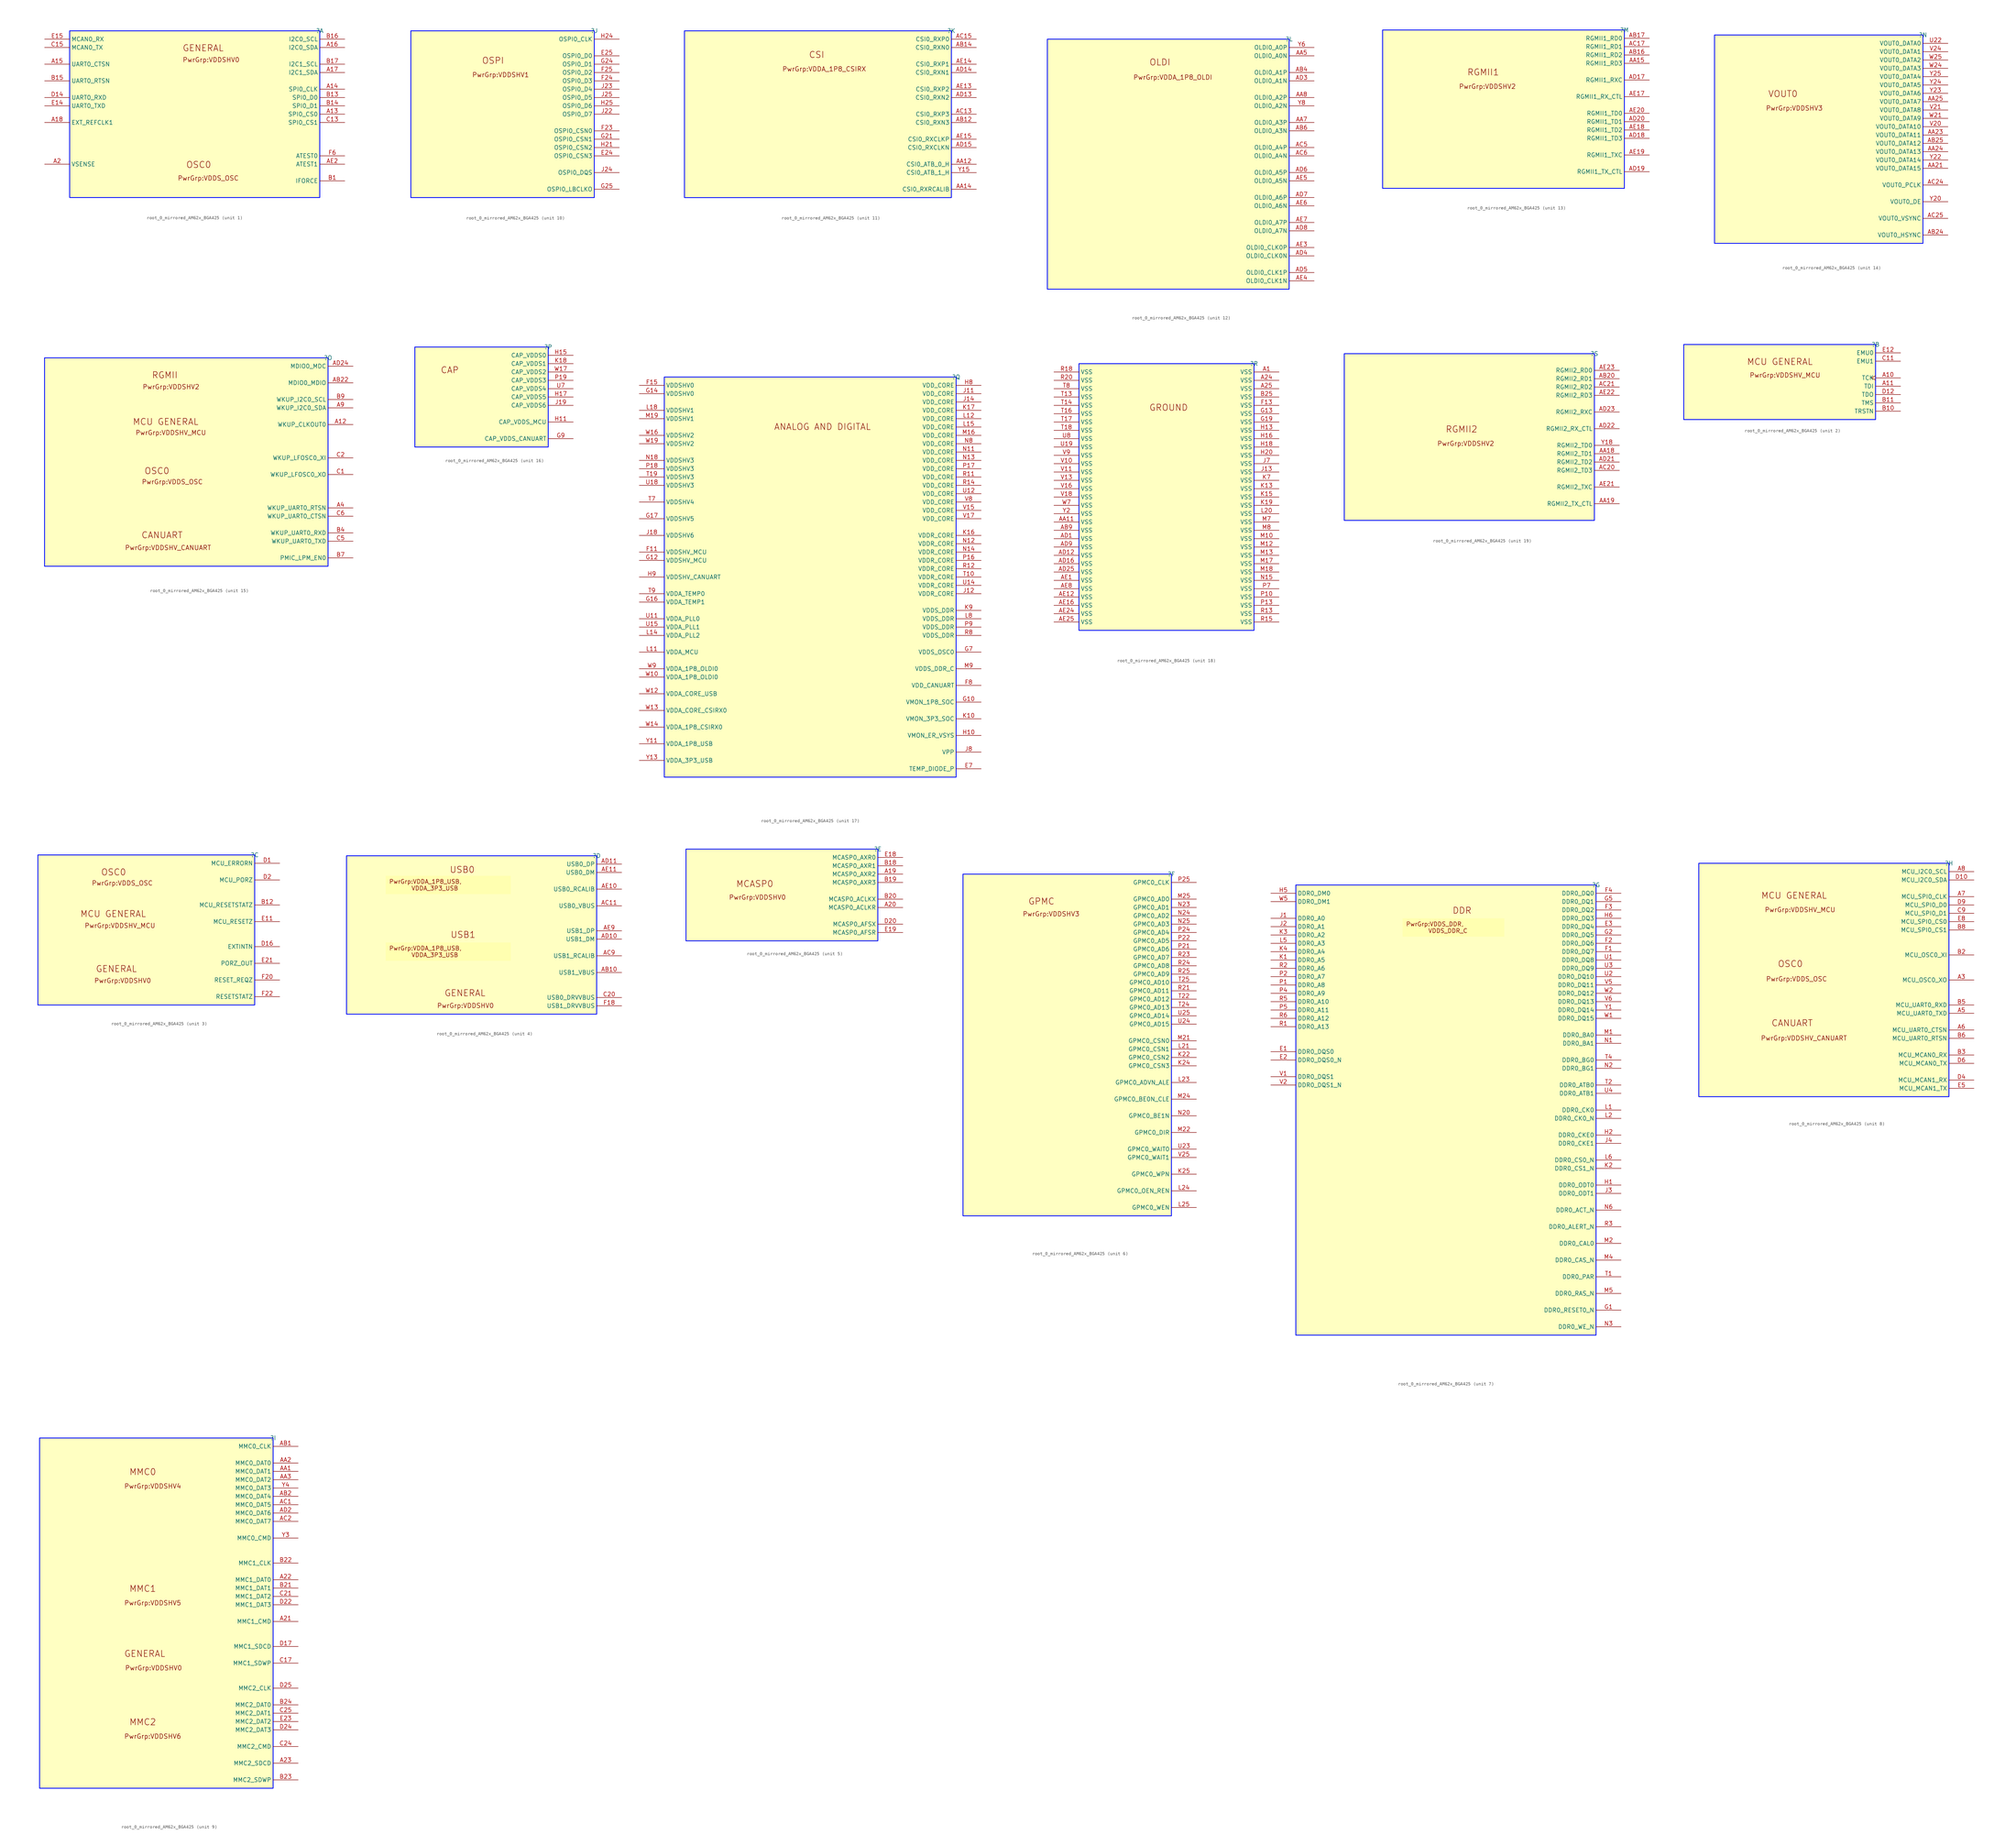
<source format=kicad_sym>
(kicad_symbol_lib
  (version 20231120)
  (generator "kicad_symbol_editor")
  (generator_version "8.0")
  (symbol "root_0_mirrored_AM62x_BGA425"
    (property "Reference" ""
      (at 0 0 0)
      (effects (font (size 1.27 1.27))))
    (property "Value" ""
      (at 0 0 0)
      (effects (font (size 1.27 1.27))))
    (symbol "root_0_mirrored_AM62x_BGA425_1_0"
      (rectangle (start 0 0) (end -76.2 -50.8) (stroke (width 0.254) (type solid) (color 0 11 255 1)) (fill (type background)))
      (text "GENERAL" (at -29.21 -6.35 0) (effects (font (size 1.905 1.905)) (justify right bottom)))
      (text "OSC0" (at -33.02 -41.91 0) (effects (font (size 1.905 1.905)) (justify right bottom)))
      (text "PwrGrp:VDDS_OSC" (at -24.638 -45.72 0) (effects (font (size 1.397 1.397)) (justify right bottom)))
      (text "PwrGrp:VDDSHV0" (at -24.384 -9.652 0) (effects (font (size 1.397 1.397)) (justify right bottom)))
      (pin passive line (at 7.62 -25.4 180) (length 7.62) (name "SPI0_CS0" (effects (font (size 1.27 1.27)))) (number "A13" (effects (font (size 1.27 1.27)))))
      (pin passive line (at 7.62 -17.78 180) (length 7.62) (name "SPI0_CLK" (effects (font (size 1.27 1.27)))) (number "A14" (effects (font (size 1.27 1.27)))))
      (pin passive line (at -83.82 -10.16 0) (length 7.62) (name "UART0_CTSN" (effects (font (size 1.27 1.27)))) (number "A15" (effects (font (size 1.27 1.27)))))
      (pin passive line (at 7.62 -5.08 180) (length 7.62) (name "I2C0_SDA" (effects (font (size 1.27 1.27)))) (number "A16" (effects (font (size 1.27 1.27)))))
      (pin passive line (at 7.62 -12.7 180) (length 7.62) (name "I2C1_SDA" (effects (font (size 1.27 1.27)))) (number "A17" (effects (font (size 1.27 1.27)))))
      (pin passive line (at -83.82 -27.94 0) (length 7.62) (name "EXT_REFCLK1" (effects (font (size 1.27 1.27)))) (number "A18" (effects (font (size 1.27 1.27)))))
      (pin passive line (at -83.82 -40.64 0) (length 7.62) (name "VSENSE" (effects (font (size 1.27 1.27)))) (number "A2" (effects (font (size 1.27 1.27)))))
      (pin passive line (at 7.62 -40.64 180) (length 7.62) (name "ATEST1" (effects (font (size 1.27 1.27)))) (number "AE2" (effects (font (size 1.27 1.27)))))
      (pin passive line (at 7.62 -45.72 180) (length 7.62) (name "IFORCE" (effects (font (size 1.27 1.27)))) (number "B1" (effects (font (size 1.27 1.27)))))
      (pin passive line (at 7.62 -20.32 180) (length 7.62) (name "SPI0_D0" (effects (font (size 1.27 1.27)))) (number "B13" (effects (font (size 1.27 1.27)))))
      (pin passive line (at 7.62 -22.86 180) (length 7.62) (name "SPI0_D1" (effects (font (size 1.27 1.27)))) (number "B14" (effects (font (size 1.27 1.27)))))
      (pin passive line (at -83.82 -15.24 0) (length 7.62) (name "UART0_RTSN" (effects (font (size 1.27 1.27)))) (number "B15" (effects (font (size 1.27 1.27)))))
      (pin passive line (at 7.62 -2.54 180) (length 7.62) (name "I2C0_SCL" (effects (font (size 1.27 1.27)))) (number "B16" (effects (font (size 1.27 1.27)))))
      (pin passive line (at 7.62 -10.16 180) (length 7.62) (name "I2C1_SCL" (effects (font (size 1.27 1.27)))) (number "B17" (effects (font (size 1.27 1.27)))))
      (pin passive line (at 7.62 -27.94 180) (length 7.62) (name "SPI0_CS1" (effects (font (size 1.27 1.27)))) (number "C13" (effects (font (size 1.27 1.27)))))
      (pin passive line (at -83.82 -5.08 0) (length 7.62) (name "MCAN0_TX" (effects (font (size 1.27 1.27)))) (number "C15" (effects (font (size 1.27 1.27)))))
      (pin passive line (at -83.82 -20.32 0) (length 7.62) (name "UART0_RXD" (effects (font (size 1.27 1.27)))) (number "D14" (effects (font (size 1.27 1.27)))))
      (pin passive line (at -83.82 -22.86 0) (length 7.62) (name "UART0_TXD" (effects (font (size 1.27 1.27)))) (number "E14" (effects (font (size 1.27 1.27)))))
      (pin passive line (at -83.82 -2.54 0) (length 7.62) (name "MCAN0_RX" (effects (font (size 1.27 1.27)))) (number "E15" (effects (font (size 1.27 1.27)))))
      (pin passive line (at 7.62 -38.1 180) (length 7.62) (name "ATEST0" (effects (font (size 1.27 1.27)))) (number "F6" (effects (font (size 1.27 1.27))))))
    (symbol "root_0_mirrored_AM62x_BGA425_2_0"
      (rectangle (start 0 0) (end -58.42 -22.86) (stroke (width 0.254) (type solid) (color 0 11 255 1)) (fill (type background)))
      (text "MCU GENERAL" (at -19.05 -6.35 0) (effects (font (size 1.905 1.905)) (justify right bottom)))
      (text "PwrGrp:VDDSHV_MCU" (at -16.764 -10.16 0) (effects (font (size 1.397 1.397)) (justify right bottom)))
      (pin passive clock (at 7.62 -10.16 180) (length 7.62) (name "TCK" (effects (font (size 1.27 1.27)))) (number "A10" (effects (font (size 1.27 1.27)))))
      (pin passive line (at 7.62 -12.7 180) (length 7.62) (name "TDI" (effects (font (size 1.27 1.27)))) (number "A11" (effects (font (size 1.27 1.27)))))
      (pin passive line (at 7.62 -20.32 180) (length 7.62) (name "TRSTN" (effects (font (size 1.27 1.27)))) (number "B10" (effects (font (size 1.27 1.27)))))
      (pin passive line (at 7.62 -17.78 180) (length 7.62) (name "TMS" (effects (font (size 1.27 1.27)))) (number "B11" (effects (font (size 1.27 1.27)))))
      (pin passive line (at 7.62 -5.08 180) (length 7.62) (name "EMU1" (effects (font (size 1.27 1.27)))) (number "C11" (effects (font (size 1.27 1.27)))))
      (pin passive line (at 7.62 -15.24 180) (length 7.62) (name "TDO" (effects (font (size 1.27 1.27)))) (number "D12" (effects (font (size 1.27 1.27)))))
      (pin passive line (at 7.62 -2.54 180) (length 7.62) (name "EMU0" (effects (font (size 1.27 1.27)))) (number "E12" (effects (font (size 1.27 1.27))))))
    (symbol "root_0_mirrored_AM62x_BGA425_3_0"
      (rectangle (start 0 0) (end -66.04 -45.72) (stroke (width 0.254) (type solid) (color 0 11 255 1)) (fill (type background)))
      (text "GENERAL" (at -35.814 -35.814 0) (effects (font (size 1.905 1.905)) (justify right bottom)))
      (text "MCU GENERAL" (at -33.02 -19.05 0) (effects (font (size 1.905 1.905)) (justify right bottom)))
      (text "OSC0" (at -39.116 -6.35 0) (effects (font (size 1.905 1.905)) (justify right bottom)))
      (text "PwrGrp:VDDS_OSC" (at -30.988 -9.398 0) (effects (font (size 1.397 1.397)) (justify right bottom)))
      (text "PwrGrp:VDDSHV0" (at -31.496 -39.116 0) (effects (font (size 1.397 1.397)) (justify right bottom)))
      (text "PwrGrp:VDDSHV_MCU" (at -30.226 -22.352 0) (effects (font (size 1.397 1.397)) (justify right bottom)))
      (pin passive line (at 7.62 -15.24 180) (length 7.62) (name "MCU_RESETSTATZ" (effects (font (size 1.27 1.27)))) (number "B12" (effects (font (size 1.27 1.27)))))
      (pin passive line (at 7.62 -2.54 180) (length 7.62) (name "MCU_ERRORN" (effects (font (size 1.27 1.27)))) (number "D1" (effects (font (size 1.27 1.27)))))
      (pin passive line (at 7.62 -27.94 180) (length 7.62) (name "EXTINTN" (effects (font (size 1.27 1.27)))) (number "D16" (effects (font (size 1.27 1.27)))))
      (pin passive line (at 7.62 -7.62 180) (length 7.62) (name "MCU_PORZ" (effects (font (size 1.27 1.27)))) (number "D2" (effects (font (size 1.27 1.27)))))
      (pin passive line (at 7.62 -20.32 180) (length 7.62) (name "MCU_RESETZ" (effects (font (size 1.27 1.27)))) (number "E11" (effects (font (size 1.27 1.27)))))
      (pin passive line (at 7.62 -33.02 180) (length 7.62) (name "PORZ_OUT" (effects (font (size 1.27 1.27)))) (number "E21" (effects (font (size 1.27 1.27)))))
      (pin passive line (at 7.62 -38.1 180) (length 7.62) (name "RESET_REQZ" (effects (font (size 1.27 1.27)))) (number "F20" (effects (font (size 1.27 1.27)))))
      (pin passive line (at 7.62 -43.18 180) (length 7.62) (name "RESETSTATZ" (effects (font (size 1.27 1.27)))) (number "F22" (effects (font (size 1.27 1.27))))))
    (symbol "root_0_mirrored_AM62x_BGA425_4_0"
      (rectangle (start 0 0) (end -76.2 -48.26) (stroke (width 0.254) (type solid) (color 0 11 255 1)) (fill (type background)))
      (text "GENERAL" (at -33.782 -42.926 0) (effects (font (size 1.905 1.905)) (justify right bottom)))
      (text "PwrGrp:VDDSHV0" (at -31.242 -46.482 0) (effects (font (size 1.397 1.397)) (justify right bottom)))
      (text "USB0" (at -37.084 -5.334 0) (effects (font (size 1.905 1.905)) (justify right bottom)))
      (text "USB1" (at -36.83 -25.146 0) (effects (font (size 1.905 1.905)) (justify right bottom)))
      (text_box "PwrGrp:VDDA_1P8_USB, \n       VDDA_3P3_USB" (at -26.162 -26.416 0) (size -38.1 -5.588) (stroke (width -0.0001) (type default)) (fill (type color) (color 255 255 176 1)) (effects (font (size 1.27 1.27)) (justify left top)))
      (text_box "PwrGrp:VDDA_1P8_USB, \n       VDDA_3P3_USB" (at -26.162 -6.096 0) (size -38.1 -5.588) (stroke (width -0.0001) (type default)) (fill (type color) (color 255 255 176 1)) (effects (font (size 1.27 1.27)) (justify left top)))
      (pin passive line (at 7.62 -35.56 180) (length 7.62) (name "USB1_VBUS" (effects (font (size 1.27 1.27)))) (number "AB10" (effects (font (size 1.27 1.27)))))
      (pin passive line (at 7.62 -15.24 180) (length 7.62) (name "USB0_VBUS" (effects (font (size 1.27 1.27)))) (number "AC11" (effects (font (size 1.27 1.27)))))
      (pin passive line (at 7.62 -30.48 180) (length 7.62) (name "USB1_RCALIB" (effects (font (size 1.27 1.27)))) (number "AC9" (effects (font (size 1.27 1.27)))))
      (pin passive line (at 7.62 -25.4 180) (length 7.62) (name "USB1_DM" (effects (font (size 1.27 1.27)))) (number "AD10" (effects (font (size 1.27 1.27)))))
      (pin passive line (at 7.62 -2.54 180) (length 7.62) (name "USB0_DP" (effects (font (size 1.27 1.27)))) (number "AD11" (effects (font (size 1.27 1.27)))))
      (pin passive line (at 7.62 -10.16 180) (length 7.62) (name "USB0_RCALIB" (effects (font (size 1.27 1.27)))) (number "AE10" (effects (font (size 1.27 1.27)))))
      (pin passive line (at 7.62 -5.08 180) (length 7.62) (name "USB0_DM" (effects (font (size 1.27 1.27)))) (number "AE11" (effects (font (size 1.27 1.27)))))
      (pin passive line (at 7.62 -22.86 180) (length 7.62) (name "USB1_DP" (effects (font (size 1.27 1.27)))) (number "AE9" (effects (font (size 1.27 1.27)))))
      (pin passive line (at 7.62 -43.18 180) (length 7.62) (name "USB0_DRVVBUS" (effects (font (size 1.27 1.27)))) (number "C20" (effects (font (size 1.27 1.27)))))
      (pin passive line (at 7.62 -45.72 180) (length 7.62) (name "USB1_DRVVBUS" (effects (font (size 1.27 1.27)))) (number "F18" (effects (font (size 1.27 1.27))))))
    (symbol "root_0_mirrored_AM62x_BGA425_5_0"
      (rectangle (start 0 0) (end -58.42 -27.94) (stroke (width 0.254) (type solid) (color 0 11 255 1)) (fill (type background)))
      (text "MCASP0" (at -31.75 -11.684 0) (effects (font (size 1.905 1.905)) (justify right bottom)))
      (text "PwrGrp:VDDSHV0" (at -27.94 -15.494 0) (effects (font (size 1.397 1.397)) (justify right bottom)))
      (pin passive line (at 7.62 -7.62 180) (length 7.62) (name "MCASP0_AXR2" (effects (font (size 1.27 1.27)))) (number "A19" (effects (font (size 1.27 1.27)))))
      (pin passive line (at 7.62 -17.78 180) (length 7.62) (name "MCASP0_ACLKR" (effects (font (size 1.27 1.27)))) (number "A20" (effects (font (size 1.27 1.27)))))
      (pin passive line (at 7.62 -5.08 180) (length 7.62) (name "MCASP0_AXR1" (effects (font (size 1.27 1.27)))) (number "B18" (effects (font (size 1.27 1.27)))))
      (pin passive line (at 7.62 -10.16 180) (length 7.62) (name "MCASP0_AXR3" (effects (font (size 1.27 1.27)))) (number "B19" (effects (font (size 1.27 1.27)))))
      (pin passive line (at 7.62 -15.24 180) (length 7.62) (name "MCASP0_ACLKX" (effects (font (size 1.27 1.27)))) (number "B20" (effects (font (size 1.27 1.27)))))
      (pin passive line (at 7.62 -22.86 180) (length 7.62) (name "MCASP0_AFSX" (effects (font (size 1.27 1.27)))) (number "D20" (effects (font (size 1.27 1.27)))))
      (pin passive line (at 7.62 -2.54 180) (length 7.62) (name "MCASP0_AXR0" (effects (font (size 1.27 1.27)))) (number "E18" (effects (font (size 1.27 1.27)))))
      (pin passive line (at 7.62 -25.4 180) (length 7.62) (name "MCASP0_AFSR" (effects (font (size 1.27 1.27)))) (number "E19" (effects (font (size 1.27 1.27))))))
    (symbol "root_0_mirrored_AM62x_BGA425_6_0"
      (rectangle (start 0 0) (end -63.5 -104.14) (stroke (width 0.254) (type solid) (color 0 11 255 1)) (fill (type background)))
      (text "GPMC" (at -35.56 -9.398 0) (effects (font (size 1.905 1.905)) (justify right bottom)))
      (text "PwrGrp:VDDSHV3" (at -27.94 -12.954 0) (effects (font (size 1.397 1.397)) (justify right bottom)))
      (pin passive line (at 7.62 -55.88 180) (length 7.62) (name "GPMC0_CSN2" (effects (font (size 1.27 1.27)))) (number "K22" (effects (font (size 1.27 1.27)))))
      (pin passive line (at 7.62 -58.42 180) (length 7.62) (name "GPMC0_CSN3" (effects (font (size 1.27 1.27)))) (number "K24" (effects (font (size 1.27 1.27)))))
      (pin passive line (at 7.62 -91.44 180) (length 7.62) (name "GPMC0_WPN" (effects (font (size 1.27 1.27)))) (number "K25" (effects (font (size 1.27 1.27)))))
      (pin passive line (at 7.62 -53.34 180) (length 7.62) (name "GPMC0_CSN1" (effects (font (size 1.27 1.27)))) (number "L21" (effects (font (size 1.27 1.27)))))
      (pin passive line (at 7.62 -63.5 180) (length 7.62) (name "GPMC0_ADVN_ALE" (effects (font (size 1.27 1.27)))) (number "L23" (effects (font (size 1.27 1.27)))))
      (pin passive line (at 7.62 -96.52 180) (length 7.62) (name "GPMC0_OEN_REN" (effects (font (size 1.27 1.27)))) (number "L24" (effects (font (size 1.27 1.27)))))
      (pin passive line (at 7.62 -101.6 180) (length 7.62) (name "GPMC0_WEN" (effects (font (size 1.27 1.27)))) (number "L25" (effects (font (size 1.27 1.27)))))
      (pin passive line (at 7.62 -50.8 180) (length 7.62) (name "GPMC0_CSN0" (effects (font (size 1.27 1.27)))) (number "M21" (effects (font (size 1.27 1.27)))))
      (pin passive line (at 7.62 -78.74 180) (length 7.62) (name "GPMC0_DIR" (effects (font (size 1.27 1.27)))) (number "M22" (effects (font (size 1.27 1.27)))))
      (pin passive line (at 7.62 -68.58 180) (length 7.62) (name "GPMC0_BE0N_CLE" (effects (font (size 1.27 1.27)))) (number "M24" (effects (font (size 1.27 1.27)))))
      (pin passive line (at 7.62 -7.62 180) (length 7.62) (name "GPMC0_AD0" (effects (font (size 1.27 1.27)))) (number "M25" (effects (font (size 1.27 1.27)))))
      (pin passive line (at 7.62 -73.66 180) (length 7.62) (name "GPMC0_BE1N" (effects (font (size 1.27 1.27)))) (number "N20" (effects (font (size 1.27 1.27)))))
      (pin passive line (at 7.62 -10.16 180) (length 7.62) (name "GPMC0_AD1" (effects (font (size 1.27 1.27)))) (number "N23" (effects (font (size 1.27 1.27)))))
      (pin passive line (at 7.62 -12.7 180) (length 7.62) (name "GPMC0_AD2" (effects (font (size 1.27 1.27)))) (number "N24" (effects (font (size 1.27 1.27)))))
      (pin passive line (at 7.62 -15.24 180) (length 7.62) (name "GPMC0_AD3" (effects (font (size 1.27 1.27)))) (number "N25" (effects (font (size 1.27 1.27)))))
      (pin passive line (at 7.62 -22.86 180) (length 7.62) (name "GPMC0_AD6" (effects (font (size 1.27 1.27)))) (number "P21" (effects (font (size 1.27 1.27)))))
      (pin passive line (at 7.62 -20.32 180) (length 7.62) (name "GPMC0_AD5" (effects (font (size 1.27 1.27)))) (number "P22" (effects (font (size 1.27 1.27)))))
      (pin passive line (at 7.62 -17.78 180) (length 7.62) (name "GPMC0_AD4" (effects (font (size 1.27 1.27)))) (number "P24" (effects (font (size 1.27 1.27)))))
      (pin passive line (at 7.62 -2.54 180) (length 7.62) (name "GPMC0_CLK" (effects (font (size 1.27 1.27)))) (number "P25" (effects (font (size 1.27 1.27)))))
      (pin passive line (at 7.62 -35.56 180) (length 7.62) (name "GPMC0_AD11" (effects (font (size 1.27 1.27)))) (number "R21" (effects (font (size 1.27 1.27)))))
      (pin passive line (at 7.62 -25.4 180) (length 7.62) (name "GPMC0_AD7" (effects (font (size 1.27 1.27)))) (number "R23" (effects (font (size 1.27 1.27)))))
      (pin passive line (at 7.62 -27.94 180) (length 7.62) (name "GPMC0_AD8" (effects (font (size 1.27 1.27)))) (number "R24" (effects (font (size 1.27 1.27)))))
      (pin passive line (at 7.62 -30.48 180) (length 7.62) (name "GPMC0_AD9" (effects (font (size 1.27 1.27)))) (number "R25" (effects (font (size 1.27 1.27)))))
      (pin passive line (at 7.62 -38.1 180) (length 7.62) (name "GPMC0_AD12" (effects (font (size 1.27 1.27)))) (number "T22" (effects (font (size 1.27 1.27)))))
      (pin passive line (at 7.62 -40.64 180) (length 7.62) (name "GPMC0_AD13" (effects (font (size 1.27 1.27)))) (number "T24" (effects (font (size 1.27 1.27)))))
      (pin passive line (at 7.62 -33.02 180) (length 7.62) (name "GPMC0_AD10" (effects (font (size 1.27 1.27)))) (number "T25" (effects (font (size 1.27 1.27)))))
      (pin passive line (at 7.62 -83.82 180) (length 7.62) (name "GPMC0_WAIT0" (effects (font (size 1.27 1.27)))) (number "U23" (effects (font (size 1.27 1.27)))))
      (pin passive line (at 7.62 -45.72 180) (length 7.62) (name "GPMC0_AD15" (effects (font (size 1.27 1.27)))) (number "U24" (effects (font (size 1.27 1.27)))))
      (pin passive line (at 7.62 -43.18 180) (length 7.62) (name "GPMC0_AD14" (effects (font (size 1.27 1.27)))) (number "U25" (effects (font (size 1.27 1.27)))))
      (pin passive line (at 7.62 -86.36 180) (length 7.62) (name "GPMC0_WAIT1" (effects (font (size 1.27 1.27)))) (number "V25" (effects (font (size 1.27 1.27))))))
    (symbol "root_0_mirrored_AM62x_BGA425_7_0"
      (rectangle (start 0 0) (end -91.44 -137.16) (stroke (width 0.254) (type solid) (color 0 11 255 1)) (fill (type background)))
      (text "DDR" (at -37.846 -8.89 0) (effects (font (size 1.905 1.905)) (justify right bottom)))
      (text_box "PwrGrp:VDDS_DDR, \n       VDDS_DDR_C" (at -27.94 -10.16 0) (size -30.988 -5.588) (stroke (width -0.0001) (type default)) (fill (type color) (color 255 255 176 1)) (effects (font (size 1.27 1.27)) (justify left top)))
      (pin passive line (at -99.06 -50.8 0) (length 7.62) (name "DDR0_DQS0" (effects (font (size 1.27 1.27)))) (number "E1" (effects (font (size 1.27 1.27)))))
      (pin passive line (at -99.06 -53.34 0) (length 7.62) (name "DDR0_DQS0_N" (effects (font (size 1.27 1.27)))) (number "E2" (effects (font (size 1.27 1.27)))))
      (pin passive line (at 7.62 -12.7 180) (length 7.62) (name "DDR0_DQ4" (effects (font (size 1.27 1.27)))) (number "E3" (effects (font (size 1.27 1.27)))))
      (pin passive line (at 7.62 -20.32 180) (length 7.62) (name "DDR0_DQ7" (effects (font (size 1.27 1.27)))) (number "F1" (effects (font (size 1.27 1.27)))))
      (pin passive line (at 7.62 -17.78 180) (length 7.62) (name "DDR0_DQ6" (effects (font (size 1.27 1.27)))) (number "F2" (effects (font (size 1.27 1.27)))))
      (pin passive line (at 7.62 -7.62 180) (length 7.62) (name "DDR0_DQ2" (effects (font (size 1.27 1.27)))) (number "F3" (effects (font (size 1.27 1.27)))))
      (pin passive line (at 7.62 -2.54 180) (length 7.62) (name "DDR0_DQ0" (effects (font (size 1.27 1.27)))) (number "F4" (effects (font (size 1.27 1.27)))))
      (pin passive line (at 7.62 -129.54 180) (length 7.62) (name "DDR0_RESET0_N" (effects (font (size 1.27 1.27)))) (number "G1" (effects (font (size 1.27 1.27)))))
      (pin passive line (at 7.62 -15.24 180) (length 7.62) (name "DDR0_DQ5" (effects (font (size 1.27 1.27)))) (number "G2" (effects (font (size 1.27 1.27)))))
      (pin passive line (at 7.62 -5.08 180) (length 7.62) (name "DDR0_DQ1" (effects (font (size 1.27 1.27)))) (number "G5" (effects (font (size 1.27 1.27)))))
      (pin passive line (at 7.62 -91.44 180) (length 7.62) (name "DDR0_ODT0" (effects (font (size 1.27 1.27)))) (number "H1" (effects (font (size 1.27 1.27)))))
      (pin passive line (at 7.62 -76.2 180) (length 7.62) (name "DDR0_CKE0" (effects (font (size 1.27 1.27)))) (number "H2" (effects (font (size 1.27 1.27)))))
      (pin passive line (at -99.06 -2.54 0) (length 7.62) (name "DDR0_DM0" (effects (font (size 1.27 1.27)))) (number "H5" (effects (font (size 1.27 1.27)))))
      (pin passive line (at 7.62 -10.16 180) (length 7.62) (name "DDR0_DQ3" (effects (font (size 1.27 1.27)))) (number "H6" (effects (font (size 1.27 1.27)))))
      (pin passive line (at -99.06 -10.16 0) (length 7.62) (name "DDR0_A0" (effects (font (size 1.27 1.27)))) (number "J1" (effects (font (size 1.27 1.27)))))
      (pin passive line (at -99.06 -12.7 0) (length 7.62) (name "DDR0_A1" (effects (font (size 1.27 1.27)))) (number "J2" (effects (font (size 1.27 1.27)))))
      (pin passive line (at 7.62 -93.98 180) (length 7.62) (name "DDR0_ODT1" (effects (font (size 1.27 1.27)))) (number "J3" (effects (font (size 1.27 1.27)))))
      (pin passive line (at 7.62 -78.74 180) (length 7.62) (name "DDR0_CKE1" (effects (font (size 1.27 1.27)))) (number "J4" (effects (font (size 1.27 1.27)))))
      (pin passive line (at -99.06 -22.86 0) (length 7.62) (name "DDR0_A5" (effects (font (size 1.27 1.27)))) (number "K1" (effects (font (size 1.27 1.27)))))
      (pin passive line (at 7.62 -86.36 180) (length 7.62) (name "DDR0_CS1_N" (effects (font (size 1.27 1.27)))) (number "K2" (effects (font (size 1.27 1.27)))))
      (pin passive line (at -99.06 -15.24 0) (length 7.62) (name "DDR0_A2" (effects (font (size 1.27 1.27)))) (number "K3" (effects (font (size 1.27 1.27)))))
      (pin passive line (at -99.06 -20.32 0) (length 7.62) (name "DDR0_A4" (effects (font (size 1.27 1.27)))) (number "K4" (effects (font (size 1.27 1.27)))))
      (pin passive line (at 7.62 -68.58 180) (length 7.62) (name "DDR0_CK0" (effects (font (size 1.27 1.27)))) (number "L1" (effects (font (size 1.27 1.27)))))
      (pin passive line (at 7.62 -71.12 180) (length 7.62) (name "DDR0_CK0_N" (effects (font (size 1.27 1.27)))) (number "L2" (effects (font (size 1.27 1.27)))))
      (pin passive line (at -99.06 -17.78 0) (length 7.62) (name "DDR0_A3" (effects (font (size 1.27 1.27)))) (number "L5" (effects (font (size 1.27 1.27)))))
      (pin passive line (at 7.62 -83.82 180) (length 7.62) (name "DDR0_CS0_N" (effects (font (size 1.27 1.27)))) (number "L6" (effects (font (size 1.27 1.27)))))
      (pin passive line (at 7.62 -45.72 180) (length 7.62) (name "DDR0_BA0" (effects (font (size 1.27 1.27)))) (number "M1" (effects (font (size 1.27 1.27)))))
      (pin passive line (at 7.62 -109.22 180) (length 7.62) (name "DDR0_CAL0" (effects (font (size 1.27 1.27)))) (number "M2" (effects (font (size 1.27 1.27)))))
      (pin passive line (at 7.62 -114.3 180) (length 7.62) (name "DDR0_CAS_N" (effects (font (size 1.27 1.27)))) (number "M4" (effects (font (size 1.27 1.27)))))
      (pin passive line (at 7.62 -124.46 180) (length 7.62) (name "DDR0_RAS_N" (effects (font (size 1.27 1.27)))) (number "M5" (effects (font (size 1.27 1.27)))))
      (pin passive line (at 7.62 -48.26 180) (length 7.62) (name "DDR0_BA1" (effects (font (size 1.27 1.27)))) (number "N1" (effects (font (size 1.27 1.27)))))
      (pin passive line (at 7.62 -55.88 180) (length 7.62) (name "DDR0_BG1" (effects (font (size 1.27 1.27)))) (number "N2" (effects (font (size 1.27 1.27)))))
      (pin passive line (at 7.62 -134.62 180) (length 7.62) (name "DDR0_WE_N" (effects (font (size 1.27 1.27)))) (number "N3" (effects (font (size 1.27 1.27)))))
      (pin passive line (at 7.62 -99.06 180) (length 7.62) (name "DDR0_ACT_N" (effects (font (size 1.27 1.27)))) (number "N6" (effects (font (size 1.27 1.27)))))
      (pin passive line (at -99.06 -30.48 0) (length 7.62) (name "DDR0_A8" (effects (font (size 1.27 1.27)))) (number "P1" (effects (font (size 1.27 1.27)))))
      (pin passive line (at -99.06 -27.94 0) (length 7.62) (name "DDR0_A7" (effects (font (size 1.27 1.27)))) (number "P2" (effects (font (size 1.27 1.27)))))
      (pin passive line (at -99.06 -33.02 0) (length 7.62) (name "DDR0_A9" (effects (font (size 1.27 1.27)))) (number "P4" (effects (font (size 1.27 1.27)))))
      (pin passive line (at -99.06 -38.1 0) (length 7.62) (name "DDR0_A11" (effects (font (size 1.27 1.27)))) (number "P5" (effects (font (size 1.27 1.27)))))
      (pin passive line (at -99.06 -43.18 0) (length 7.62) (name "DDR0_A13" (effects (font (size 1.27 1.27)))) (number "R1" (effects (font (size 1.27 1.27)))))
      (pin passive line (at -99.06 -25.4 0) (length 7.62) (name "DDR0_A6" (effects (font (size 1.27 1.27)))) (number "R2" (effects (font (size 1.27 1.27)))))
      (pin passive line (at 7.62 -104.14 180) (length 7.62) (name "DDR0_ALERT_N" (effects (font (size 1.27 1.27)))) (number "R3" (effects (font (size 1.27 1.27)))))
      (pin passive line (at -99.06 -35.56 0) (length 7.62) (name "DDR0_A10" (effects (font (size 1.27 1.27)))) (number "R5" (effects (font (size 1.27 1.27)))))
      (pin passive line (at -99.06 -40.64 0) (length 7.62) (name "DDR0_A12" (effects (font (size 1.27 1.27)))) (number "R6" (effects (font (size 1.27 1.27)))))
      (pin passive line (at 7.62 -119.38 180) (length 7.62) (name "DDR0_PAR" (effects (font (size 1.27 1.27)))) (number "T1" (effects (font (size 1.27 1.27)))))
      (pin passive line (at 7.62 -60.96 180) (length 7.62) (name "DDR0_ATB0" (effects (font (size 1.27 1.27)))) (number "T2" (effects (font (size 1.27 1.27)))))
      (pin passive line (at 7.62 -53.34 180) (length 7.62) (name "DDR0_BG0" (effects (font (size 1.27 1.27)))) (number "T4" (effects (font (size 1.27 1.27)))))
      (pin passive line (at 7.62 -22.86 180) (length 7.62) (name "DDR0_DQ8" (effects (font (size 1.27 1.27)))) (number "U1" (effects (font (size 1.27 1.27)))))
      (pin passive line (at 7.62 -27.94 180) (length 7.62) (name "DDR0_DQ10" (effects (font (size 1.27 1.27)))) (number "U2" (effects (font (size 1.27 1.27)))))
      (pin passive line (at 7.62 -25.4 180) (length 7.62) (name "DDR0_DQ9" (effects (font (size 1.27 1.27)))) (number "U3" (effects (font (size 1.27 1.27)))))
      (pin passive line (at 7.62 -63.5 180) (length 7.62) (name "DDR0_ATB1" (effects (font (size 1.27 1.27)))) (number "U4" (effects (font (size 1.27 1.27)))))
      (pin passive line (at -99.06 -58.42 0) (length 7.62) (name "DDR0_DQS1" (effects (font (size 1.27 1.27)))) (number "V1" (effects (font (size 1.27 1.27)))))
      (pin passive line (at -99.06 -60.96 0) (length 7.62) (name "DDR0_DQS1_N" (effects (font (size 1.27 1.27)))) (number "V2" (effects (font (size 1.27 1.27)))))
      (pin passive line (at 7.62 -30.48 180) (length 7.62) (name "DDR0_DQ11" (effects (font (size 1.27 1.27)))) (number "V5" (effects (font (size 1.27 1.27)))))
      (pin passive line (at 7.62 -35.56 180) (length 7.62) (name "DDR0_DQ13" (effects (font (size 1.27 1.27)))) (number "V6" (effects (font (size 1.27 1.27)))))
      (pin passive line (at 7.62 -40.64 180) (length 7.62) (name "DDR0_DQ15" (effects (font (size 1.27 1.27)))) (number "W1" (effects (font (size 1.27 1.27)))))
      (pin passive line (at 7.62 -33.02 180) (length 7.62) (name "DDR0_DQ12" (effects (font (size 1.27 1.27)))) (number "W2" (effects (font (size 1.27 1.27)))))
      (pin passive line (at -99.06 -5.08 0) (length 7.62) (name "DDR0_DM1" (effects (font (size 1.27 1.27)))) (number "W5" (effects (font (size 1.27 1.27)))))
      (pin passive line (at 7.62 -38.1 180) (length 7.62) (name "DDR0_DQ14" (effects (font (size 1.27 1.27)))) (number "Y1" (effects (font (size 1.27 1.27))))))
    (symbol "root_0_mirrored_AM62x_BGA425_8_0"
      (rectangle (start 0 0) (end -76.2 -71.12) (stroke (width 0.254) (type solid) (color 0 11 255 1)) (fill (type background)))
      (text "CANUART" (at -41.402 -49.784 0) (effects (font (size 1.905 1.905)) (justify right bottom)))
      (text "MCU GENERAL" (at -37.084 -10.922 0) (effects (font (size 1.905 1.905)) (justify right bottom)))
      (text "OSC0" (at -44.45 -31.75 0) (effects (font (size 1.905 1.905)) (justify right bottom)))
      (text "PwrGrp:VDDS_OSC" (at -37.084 -36.068 0) (effects (font (size 1.397 1.397)) (justify right bottom)))
      (text "PwrGrp:VDDSHV_CANUART" (at -30.988 -54.102 0) (effects (font (size 1.397 1.397)) (justify right bottom)))
      (text "PwrGrp:VDDSHV_MCU" (at -34.544 -14.986 0) (effects (font (size 1.397 1.397)) (justify right bottom)))
      (pin passive line (at 7.62 -35.56 180) (length 7.62) (name "MCU_OSC0_XO" (effects (font (size 1.27 1.27)))) (number "A3" (effects (font (size 1.27 1.27)))))
      (pin passive line (at 7.62 -45.72 180) (length 7.62) (name "MCU_UART0_TXD" (effects (font (size 1.27 1.27)))) (number "A5" (effects (font (size 1.27 1.27)))))
      (pin passive line (at 7.62 -50.8 180) (length 7.62) (name "MCU_UART0_CTSN" (effects (font (size 1.27 1.27)))) (number "A6" (effects (font (size 1.27 1.27)))))
      (pin passive line (at 7.62 -10.16 180) (length 7.62) (name "MCU_SPI0_CLK" (effects (font (size 1.27 1.27)))) (number "A7" (effects (font (size 1.27 1.27)))))
      (pin passive line (at 7.62 -2.54 180) (length 7.62) (name "MCU_I2C0_SCL" (effects (font (size 1.27 1.27)))) (number "A8" (effects (font (size 1.27 1.27)))))
      (pin passive line (at 7.62 -27.94 180) (length 7.62) (name "MCU_OSC0_XI" (effects (font (size 1.27 1.27)))) (number "B2" (effects (font (size 1.27 1.27)))))
      (pin passive line (at 7.62 -58.42 180) (length 7.62) (name "MCU_MCAN0_RX" (effects (font (size 1.27 1.27)))) (number "B3" (effects (font (size 1.27 1.27)))))
      (pin passive line (at 7.62 -43.18 180) (length 7.62) (name "MCU_UART0_RXD" (effects (font (size 1.27 1.27)))) (number "B5" (effects (font (size 1.27 1.27)))))
      (pin passive line (at 7.62 -53.34 180) (length 7.62) (name "MCU_UART0_RTSN" (effects (font (size 1.27 1.27)))) (number "B6" (effects (font (size 1.27 1.27)))))
      (pin passive line (at 7.62 -20.32 180) (length 7.62) (name "MCU_SPI0_CS1" (effects (font (size 1.27 1.27)))) (number "B8" (effects (font (size 1.27 1.27)))))
      (pin passive line (at 7.62 -15.24 180) (length 7.62) (name "MCU_SPI0_D1" (effects (font (size 1.27 1.27)))) (number "C9" (effects (font (size 1.27 1.27)))))
      (pin passive line (at 7.62 -5.08 180) (length 7.62) (name "MCU_I2C0_SDA" (effects (font (size 1.27 1.27)))) (number "D10" (effects (font (size 1.27 1.27)))))
      (pin passive line (at 7.62 -66.04 180) (length 7.62) (name "MCU_MCAN1_RX" (effects (font (size 1.27 1.27)))) (number "D4" (effects (font (size 1.27 1.27)))))
      (pin passive line (at 7.62 -60.96 180) (length 7.62) (name "MCU_MCAN0_TX" (effects (font (size 1.27 1.27)))) (number "D6" (effects (font (size 1.27 1.27)))))
      (pin passive line (at 7.62 -12.7 180) (length 7.62) (name "MCU_SPI0_D0" (effects (font (size 1.27 1.27)))) (number "D9" (effects (font (size 1.27 1.27)))))
      (pin passive line (at 7.62 -68.58 180) (length 7.62) (name "MCU_MCAN1_TX" (effects (font (size 1.27 1.27)))) (number "E5" (effects (font (size 1.27 1.27)))))
      (pin passive line (at 7.62 -17.78 180) (length 7.62) (name "MCU_SPI0_CS0" (effects (font (size 1.27 1.27)))) (number "E8" (effects (font (size 1.27 1.27))))))
    (symbol "root_0_mirrored_AM62x_BGA425_9_0"
      (rectangle (start 0 0) (end -71.12 -106.68) (stroke (width 0.254) (type solid) (color 0 11 255 1)) (fill (type background)))
      (text "GENERAL" (at -32.766 -66.802 0) (effects (font (size 1.905 1.905)) (justify right bottom)))
      (text "MMC0" (at -35.56 -11.43 0) (effects (font (size 1.905 1.905)) (justify right bottom)))
      (text "MMC1" (at -35.56 -46.99 0) (effects (font (size 1.905 1.905)) (justify right bottom)))
      (text "MMC2" (at -35.56 -87.63 0) (effects (font (size 1.905 1.905)) (justify right bottom)))
      (text "PwrGrp:VDDSHV0" (at -27.686 -70.866 0) (effects (font (size 1.397 1.397)) (justify right bottom)))
      (text "PwrGrp:VDDSHV4" (at -27.94 -15.494 0) (effects (font (size 1.397 1.397)) (justify right bottom)))
      (text "PwrGrp:VDDSHV5" (at -27.94 -51.054 0) (effects (font (size 1.397 1.397)) (justify right bottom)))
      (text "PwrGrp:VDDSHV6" (at -27.94 -91.694 0) (effects (font (size 1.397 1.397)) (justify right bottom)))
      (pin passive line (at 7.62 -55.88 180) (length 7.62) (name "MMC1_CMD" (effects (font (size 1.27 1.27)))) (number "A21" (effects (font (size 1.27 1.27)))))
      (pin passive line (at 7.62 -43.18 180) (length 7.62) (name "MMC1_DAT0" (effects (font (size 1.27 1.27)))) (number "A22" (effects (font (size 1.27 1.27)))))
      (pin passive line (at 7.62 -99.06 180) (length 7.62) (name "MMC2_SDCD" (effects (font (size 1.27 1.27)))) (number "A23" (effects (font (size 1.27 1.27)))))
      (pin passive line (at 7.62 -10.16 180) (length 7.62) (name "MMC0_DAT1" (effects (font (size 1.27 1.27)))) (number "AA1" (effects (font (size 1.27 1.27)))))
      (pin passive line (at 7.62 -7.62 180) (length 7.62) (name "MMC0_DAT0" (effects (font (size 1.27 1.27)))) (number "AA2" (effects (font (size 1.27 1.27)))))
      (pin passive line (at 7.62 -12.7 180) (length 7.62) (name "MMC0_DAT2" (effects (font (size 1.27 1.27)))) (number "AA3" (effects (font (size 1.27 1.27)))))
      (pin passive line (at 7.62 -2.54 180) (length 7.62) (name "MMC0_CLK" (effects (font (size 1.27 1.27)))) (number "AB1" (effects (font (size 1.27 1.27)))))
      (pin passive line (at 7.62 -17.78 180) (length 7.62) (name "MMC0_DAT4" (effects (font (size 1.27 1.27)))) (number "AB2" (effects (font (size 1.27 1.27)))))
      (pin passive line (at 7.62 -20.32 180) (length 7.62) (name "MMC0_DAT5" (effects (font (size 1.27 1.27)))) (number "AC1" (effects (font (size 1.27 1.27)))))
      (pin passive line (at 7.62 -25.4 180) (length 7.62) (name "MMC0_DAT7" (effects (font (size 1.27 1.27)))) (number "AC2" (effects (font (size 1.27 1.27)))))
      (pin passive line (at 7.62 -22.86 180) (length 7.62) (name "MMC0_DAT6" (effects (font (size 1.27 1.27)))) (number "AD2" (effects (font (size 1.27 1.27)))))
      (pin passive line (at 7.62 -45.72 180) (length 7.62) (name "MMC1_DAT1" (effects (font (size 1.27 1.27)))) (number "B21" (effects (font (size 1.27 1.27)))))
      (pin passive line (at 7.62 -38.1 180) (length 7.62) (name "MMC1_CLK" (effects (font (size 1.27 1.27)))) (number "B22" (effects (font (size 1.27 1.27)))))
      (pin passive line (at 7.62 -104.14 180) (length 7.62) (name "MMC2_SDWP" (effects (font (size 1.27 1.27)))) (number "B23" (effects (font (size 1.27 1.27)))))
      (pin passive line (at 7.62 -81.28 180) (length 7.62) (name "MMC2_DAT0" (effects (font (size 1.27 1.27)))) (number "B24" (effects (font (size 1.27 1.27)))))
      (pin passive line (at 7.62 -68.58 180) (length 7.62) (name "MMC1_SDWP" (effects (font (size 1.27 1.27)))) (number "C17" (effects (font (size 1.27 1.27)))))
      (pin passive line (at 7.62 -48.26 180) (length 7.62) (name "MMC1_DAT2" (effects (font (size 1.27 1.27)))) (number "C21" (effects (font (size 1.27 1.27)))))
      (pin passive line (at 7.62 -93.98 180) (length 7.62) (name "MMC2_CMD" (effects (font (size 1.27 1.27)))) (number "C24" (effects (font (size 1.27 1.27)))))
      (pin passive line (at 7.62 -83.82 180) (length 7.62) (name "MMC2_DAT1" (effects (font (size 1.27 1.27)))) (number "C25" (effects (font (size 1.27 1.27)))))
      (pin passive line (at 7.62 -63.5 180) (length 7.62) (name "MMC1_SDCD" (effects (font (size 1.27 1.27)))) (number "D17" (effects (font (size 1.27 1.27)))))
      (pin passive line (at 7.62 -50.8 180) (length 7.62) (name "MMC1_DAT3" (effects (font (size 1.27 1.27)))) (number "D22" (effects (font (size 1.27 1.27)))))
      (pin passive line (at 7.62 -88.9 180) (length 7.62) (name "MMC2_DAT3" (effects (font (size 1.27 1.27)))) (number "D24" (effects (font (size 1.27 1.27)))))
      (pin passive line (at 7.62 -76.2 180) (length 7.62) (name "MMC2_CLK" (effects (font (size 1.27 1.27)))) (number "D25" (effects (font (size 1.27 1.27)))))
      (pin passive line (at 7.62 -86.36 180) (length 7.62) (name "MMC2_DAT2" (effects (font (size 1.27 1.27)))) (number "E23" (effects (font (size 1.27 1.27)))))
      (pin passive line (at 7.62 -30.48 180) (length 7.62) (name "MMC0_CMD" (effects (font (size 1.27 1.27)))) (number "Y3" (effects (font (size 1.27 1.27)))))
      (pin passive line (at 7.62 -15.24 180) (length 7.62) (name "MMC0_DAT3" (effects (font (size 1.27 1.27)))) (number "Y4" (effects (font (size 1.27 1.27))))))
    (symbol "root_0_mirrored_AM62x_BGA425_10_0"
      (rectangle (start 0 0) (end -55.88 -50.8) (stroke (width 0.254) (type solid) (color 0 11 255 1)) (fill (type background)))
      (text "OSPI" (at -27.432 -10.16 0) (effects (font (size 1.905 1.905)) (justify right bottom)))
      (text "PwrGrp:VDDSHV1" (at -19.812 -14.224 0) (effects (font (size 1.397 1.397)) (justify right bottom)))
      (pin passive line (at 7.62 -38.1 180) (length 7.62) (name "OSPI0_CSN3" (effects (font (size 1.27 1.27)))) (number "E24" (effects (font (size 1.27 1.27)))))
      (pin passive line (at 7.62 -7.62 180) (length 7.62) (name "OSPI0_D0" (effects (font (size 1.27 1.27)))) (number "E25" (effects (font (size 1.27 1.27)))))
      (pin passive line (at 7.62 -30.48 180) (length 7.62) (name "OSPI0_CSN0" (effects (font (size 1.27 1.27)))) (number "F23" (effects (font (size 1.27 1.27)))))
      (pin passive line (at 7.62 -15.24 180) (length 7.62) (name "OSPI0_D3" (effects (font (size 1.27 1.27)))) (number "F24" (effects (font (size 1.27 1.27)))))
      (pin passive line (at 7.62 -12.7 180) (length 7.62) (name "OSPI0_D2" (effects (font (size 1.27 1.27)))) (number "F25" (effects (font (size 1.27 1.27)))))
      (pin passive line (at 7.62 -33.02 180) (length 7.62) (name "OSPI0_CSN1" (effects (font (size 1.27 1.27)))) (number "G21" (effects (font (size 1.27 1.27)))))
      (pin passive line (at 7.62 -10.16 180) (length 7.62) (name "OSPI0_D1" (effects (font (size 1.27 1.27)))) (number "G24" (effects (font (size 1.27 1.27)))))
      (pin passive line (at 7.62 -48.26 180) (length 7.62) (name "OSPI0_LBCLKO" (effects (font (size 1.27 1.27)))) (number "G25" (effects (font (size 1.27 1.27)))))
      (pin passive line (at 7.62 -35.56 180) (length 7.62) (name "OSPI0_CSN2" (effects (font (size 1.27 1.27)))) (number "H21" (effects (font (size 1.27 1.27)))))
      (pin passive line (at 7.62 -2.54 180) (length 7.62) (name "OSPI0_CLK" (effects (font (size 1.27 1.27)))) (number "H24" (effects (font (size 1.27 1.27)))))
      (pin passive line (at 7.62 -22.86 180) (length 7.62) (name "OSPI0_D6" (effects (font (size 1.27 1.27)))) (number "H25" (effects (font (size 1.27 1.27)))))
      (pin passive line (at 7.62 -25.4 180) (length 7.62) (name "OSPI0_D7" (effects (font (size 1.27 1.27)))) (number "J22" (effects (font (size 1.27 1.27)))))
      (pin passive line (at 7.62 -17.78 180) (length 7.62) (name "OSPI0_D4" (effects (font (size 1.27 1.27)))) (number "J23" (effects (font (size 1.27 1.27)))))
      (pin passive line (at 7.62 -43.18 180) (length 7.62) (name "OSPI0_DQS" (effects (font (size 1.27 1.27)))) (number "J24" (effects (font (size 1.27 1.27)))))
      (pin passive line (at 7.62 -20.32 180) (length 7.62) (name "OSPI0_D5" (effects (font (size 1.27 1.27)))) (number "J25" (effects (font (size 1.27 1.27))))))
    (symbol "root_0_mirrored_AM62x_BGA425_11_0"
      (rectangle (start 0 0) (end -81.28 -50.8) (stroke (width 0.254) (type solid) (color 0 11 255 1)) (fill (type background)))
      (text "CSI" (at -38.608 -8.382 0) (effects (font (size 1.905 1.905)) (justify right bottom)))
      (text "PwrGrp:VDDA_1P8_CSIRX" (at -25.908 -12.446 0) (effects (font (size 1.397 1.397)) (justify right bottom)))
      (pin passive line (at 7.62 -40.64 180) (length 7.62) (name "CSI0_ATB_0_H" (effects (font (size 1.27 1.27)))) (number "AA12" (effects (font (size 1.27 1.27)))))
      (pin passive line (at 7.62 -48.26 180) (length 7.62) (name "CSI0_RXRCALIB" (effects (font (size 1.27 1.27)))) (number "AA14" (effects (font (size 1.27 1.27)))))
      (pin passive line (at 7.62 -27.94 180) (length 7.62) (name "CSI0_RXN3" (effects (font (size 1.27 1.27)))) (number "AB12" (effects (font (size 1.27 1.27)))))
      (pin passive line (at 7.62 -5.08 180) (length 7.62) (name "CSI0_RXN0" (effects (font (size 1.27 1.27)))) (number "AB14" (effects (font (size 1.27 1.27)))))
      (pin passive line (at 7.62 -25.4 180) (length 7.62) (name "CSI0_RXP3" (effects (font (size 1.27 1.27)))) (number "AC13" (effects (font (size 1.27 1.27)))))
      (pin passive line (at 7.62 -2.54 180) (length 7.62) (name "CSI0_RXP0" (effects (font (size 1.27 1.27)))) (number "AC15" (effects (font (size 1.27 1.27)))))
      (pin passive line (at 7.62 -20.32 180) (length 7.62) (name "CSI0_RXN2" (effects (font (size 1.27 1.27)))) (number "AD13" (effects (font (size 1.27 1.27)))))
      (pin passive line (at 7.62 -12.7 180) (length 7.62) (name "CSI0_RXN1" (effects (font (size 1.27 1.27)))) (number "AD14" (effects (font (size 1.27 1.27)))))
      (pin passive line (at 7.62 -35.56 180) (length 7.62) (name "CSI0_RXCLKN" (effects (font (size 1.27 1.27)))) (number "AD15" (effects (font (size 1.27 1.27)))))
      (pin passive line (at 7.62 -17.78 180) (length 7.62) (name "CSI0_RXP2" (effects (font (size 1.27 1.27)))) (number "AE13" (effects (font (size 1.27 1.27)))))
      (pin passive line (at 7.62 -10.16 180) (length 7.62) (name "CSI0_RXP1" (effects (font (size 1.27 1.27)))) (number "AE14" (effects (font (size 1.27 1.27)))))
      (pin passive line (at 7.62 -33.02 180) (length 7.62) (name "CSI0_RXCLKP" (effects (font (size 1.27 1.27)))) (number "AE15" (effects (font (size 1.27 1.27)))))
      (pin passive line (at 7.62 -43.18 180) (length 7.62) (name "CSI0_ATB_1_H" (effects (font (size 1.27 1.27)))) (number "Y15" (effects (font (size 1.27 1.27))))))
    (symbol "root_0_mirrored_AM62x_BGA425_12_0"
      (rectangle (start 0 0) (end -73.66 -76.2) (stroke (width 0.254) (type solid) (color 0 11 255 1)) (fill (type background)))
      (text "OLDI" (at -36.068 -8.128 0) (effects (font (size 1.905 1.905)) (justify right bottom)))
      (text "PwrGrp:VDDA_1P8_OLDI" (at -23.368 -12.446 0) (effects (font (size 1.397 1.397)) (justify right bottom)))
      (pin passive line (at 7.62 -5.08 180) (length 7.62) (name "OLDI0_A0N" (effects (font (size 1.27 1.27)))) (number "AA5" (effects (font (size 1.27 1.27)))))
      (pin passive line (at 7.62 -25.4 180) (length 7.62) (name "OLDI0_A3P" (effects (font (size 1.27 1.27)))) (number "AA7" (effects (font (size 1.27 1.27)))))
      (pin passive line (at 7.62 -17.78 180) (length 7.62) (name "OLDI0_A2P" (effects (font (size 1.27 1.27)))) (number "AA8" (effects (font (size 1.27 1.27)))))
      (pin passive line (at 7.62 -10.16 180) (length 7.62) (name "OLDI0_A1P" (effects (font (size 1.27 1.27)))) (number "AB4" (effects (font (size 1.27 1.27)))))
      (pin passive line (at 7.62 -27.94 180) (length 7.62) (name "OLDI0_A3N" (effects (font (size 1.27 1.27)))) (number "AB6" (effects (font (size 1.27 1.27)))))
      (pin passive line (at 7.62 -33.02 180) (length 7.62) (name "OLDI0_A4P" (effects (font (size 1.27 1.27)))) (number "AC5" (effects (font (size 1.27 1.27)))))
      (pin passive line (at 7.62 -35.56 180) (length 7.62) (name "OLDI0_A4N" (effects (font (size 1.27 1.27)))) (number "AC6" (effects (font (size 1.27 1.27)))))
      (pin passive line (at 7.62 -12.7 180) (length 7.62) (name "OLDI0_A1N" (effects (font (size 1.27 1.27)))) (number "AD3" (effects (font (size 1.27 1.27)))))
      (pin passive line (at 7.62 -66.04 180) (length 7.62) (name "OLDI0_CLK0N" (effects (font (size 1.27 1.27)))) (number "AD4" (effects (font (size 1.27 1.27)))))
      (pin passive line (at 7.62 -71.12 180) (length 7.62) (name "OLDI0_CLK1P" (effects (font (size 1.27 1.27)))) (number "AD5" (effects (font (size 1.27 1.27)))))
      (pin passive line (at 7.62 -40.64 180) (length 7.62) (name "OLDI0_A5P" (effects (font (size 1.27 1.27)))) (number "AD6" (effects (font (size 1.27 1.27)))))
      (pin passive line (at 7.62 -48.26 180) (length 7.62) (name "OLDI0_A6P" (effects (font (size 1.27 1.27)))) (number "AD7" (effects (font (size 1.27 1.27)))))
      (pin passive line (at 7.62 -58.42 180) (length 7.62) (name "OLDI0_A7N" (effects (font (size 1.27 1.27)))) (number "AD8" (effects (font (size 1.27 1.27)))))
      (pin passive line (at 7.62 -63.5 180) (length 7.62) (name "OLDI0_CLK0P" (effects (font (size 1.27 1.27)))) (number "AE3" (effects (font (size 1.27 1.27)))))
      (pin passive line (at 7.62 -73.66 180) (length 7.62) (name "OLDI0_CLK1N" (effects (font (size 1.27 1.27)))) (number "AE4" (effects (font (size 1.27 1.27)))))
      (pin passive line (at 7.62 -43.18 180) (length 7.62) (name "OLDI0_A5N" (effects (font (size 1.27 1.27)))) (number "AE5" (effects (font (size 1.27 1.27)))))
      (pin passive line (at 7.62 -50.8 180) (length 7.62) (name "OLDI0_A6N" (effects (font (size 1.27 1.27)))) (number "AE6" (effects (font (size 1.27 1.27)))))
      (pin passive line (at 7.62 -55.88 180) (length 7.62) (name "OLDI0_A7P" (effects (font (size 1.27 1.27)))) (number "AE7" (effects (font (size 1.27 1.27)))))
      (pin passive line (at 7.62 -2.54 180) (length 7.62) (name "OLDI0_A0P" (effects (font (size 1.27 1.27)))) (number "Y6" (effects (font (size 1.27 1.27)))))
      (pin passive line (at 7.62 -20.32 180) (length 7.62) (name "OLDI0_A2N" (effects (font (size 1.27 1.27)))) (number "Y8" (effects (font (size 1.27 1.27))))))
    (symbol "root_0_mirrored_AM62x_BGA425_13_0"
      (rectangle (start 0 0) (end -73.66 -48.26) (stroke (width 0.254) (type solid) (color 0 11 255 1)) (fill (type background)))
      (text "PwrGrp:VDDSHV2" (at -33.02 -18.034 0) (effects (font (size 1.397 1.397)) (justify right bottom)))
      (text "RGMII1" (at -38.1 -13.97 0) (effects (font (size 1.905 1.905)) (justify right bottom)))
      (pin passive line (at 7.62 -10.16 180) (length 7.62) (name "RGMII1_RD3" (effects (font (size 1.27 1.27)))) (number "AA15" (effects (font (size 1.27 1.27)))))
      (pin passive line (at 7.62 -7.62 180) (length 7.62) (name "RGMII1_RD2" (effects (font (size 1.27 1.27)))) (number "AB16" (effects (font (size 1.27 1.27)))))
      (pin passive line (at 7.62 -2.54 180) (length 7.62) (name "RGMII1_RD0" (effects (font (size 1.27 1.27)))) (number "AB17" (effects (font (size 1.27 1.27)))))
      (pin passive line (at 7.62 -5.08 180) (length 7.62) (name "RGMII1_RD1" (effects (font (size 1.27 1.27)))) (number "AC17" (effects (font (size 1.27 1.27)))))
      (pin passive line (at 7.62 -15.24 180) (length 7.62) (name "RGMII1_RXC" (effects (font (size 1.27 1.27)))) (number "AD17" (effects (font (size 1.27 1.27)))))
      (pin passive line (at 7.62 -33.02 180) (length 7.62) (name "RGMII1_TD3" (effects (font (size 1.27 1.27)))) (number "AD18" (effects (font (size 1.27 1.27)))))
      (pin passive line (at 7.62 -43.18 180) (length 7.62) (name "RGMII1_TX_CTL" (effects (font (size 1.27 1.27)))) (number "AD19" (effects (font (size 1.27 1.27)))))
      (pin passive line (at 7.62 -27.94 180) (length 7.62) (name "RGMII1_TD1" (effects (font (size 1.27 1.27)))) (number "AD20" (effects (font (size 1.27 1.27)))))
      (pin passive line (at 7.62 -20.32 180) (length 7.62) (name "RGMII1_RX_CTL" (effects (font (size 1.27 1.27)))) (number "AE17" (effects (font (size 1.27 1.27)))))
      (pin passive line (at 7.62 -30.48 180) (length 7.62) (name "RGMII1_TD2" (effects (font (size 1.27 1.27)))) (number "AE18" (effects (font (size 1.27 1.27)))))
      (pin passive line (at 7.62 -38.1 180) (length 7.62) (name "RGMII1_TXC" (effects (font (size 1.27 1.27)))) (number "AE19" (effects (font (size 1.27 1.27)))))
      (pin passive line (at 7.62 -25.4 180) (length 7.62) (name "RGMII1_TD0" (effects (font (size 1.27 1.27)))) (number "AE20" (effects (font (size 1.27 1.27))))))
    (symbol "root_0_mirrored_AM62x_BGA425_14_0"
      (rectangle (start 0 0) (end -63.5 -63.5) (stroke (width 0.254) (type solid) (color 0 11 255 1)) (fill (type background)))
      (text "PwrGrp:VDDSHV3" (at -30.48 -23.114 0) (effects (font (size 1.397 1.397)) (justify right bottom)))
      (text "VOUT0" (at -38.1 -19.05 0) (effects (font (size 1.905 1.905)) (justify right bottom)))
      (pin passive line (at 7.62 -40.64 180) (length 7.62) (name "VOUT0_DATA15" (effects (font (size 1.27 1.27)))) (number "AA21" (effects (font (size 1.27 1.27)))))
      (pin passive line (at 7.62 -30.48 180) (length 7.62) (name "VOUT0_DATA11" (effects (font (size 1.27 1.27)))) (number "AA23" (effects (font (size 1.27 1.27)))))
      (pin passive line (at 7.62 -35.56 180) (length 7.62) (name "VOUT0_DATA13" (effects (font (size 1.27 1.27)))) (number "AA24" (effects (font (size 1.27 1.27)))))
      (pin passive line (at 7.62 -20.32 180) (length 7.62) (name "VOUT0_DATA7" (effects (font (size 1.27 1.27)))) (number "AA25" (effects (font (size 1.27 1.27)))))
      (pin passive line (at 7.62 -60.96 180) (length 7.62) (name "VOUT0_HSYNC" (effects (font (size 1.27 1.27)))) (number "AB24" (effects (font (size 1.27 1.27)))))
      (pin passive line (at 7.62 -33.02 180) (length 7.62) (name "VOUT0_DATA12" (effects (font (size 1.27 1.27)))) (number "AB25" (effects (font (size 1.27 1.27)))))
      (pin passive line (at 7.62 -45.72 180) (length 7.62) (name "VOUT0_PCLK" (effects (font (size 1.27 1.27)))) (number "AC24" (effects (font (size 1.27 1.27)))))
      (pin passive line (at 7.62 -55.88 180) (length 7.62) (name "VOUT0_VSYNC" (effects (font (size 1.27 1.27)))) (number "AC25" (effects (font (size 1.27 1.27)))))
      (pin passive line (at 7.62 -2.54 180) (length 7.62) (name "VOUT0_DATA0" (effects (font (size 1.27 1.27)))) (number "U22" (effects (font (size 1.27 1.27)))))
      (pin passive line (at 7.62 -27.94 180) (length 7.62) (name "VOUT0_DATA10" (effects (font (size 1.27 1.27)))) (number "V20" (effects (font (size 1.27 1.27)))))
      (pin passive line (at 7.62 -22.86 180) (length 7.62) (name "VOUT0_DATA8" (effects (font (size 1.27 1.27)))) (number "V21" (effects (font (size 1.27 1.27)))))
      (pin passive line (at 7.62 -5.08 180) (length 7.62) (name "VOUT0_DATA1" (effects (font (size 1.27 1.27)))) (number "V24" (effects (font (size 1.27 1.27)))))
      (pin passive line (at 7.62 -25.4 180) (length 7.62) (name "VOUT0_DATA9" (effects (font (size 1.27 1.27)))) (number "W21" (effects (font (size 1.27 1.27)))))
      (pin passive line (at 7.62 -10.16 180) (length 7.62) (name "VOUT0_DATA3" (effects (font (size 1.27 1.27)))) (number "W24" (effects (font (size 1.27 1.27)))))
      (pin passive line (at 7.62 -7.62 180) (length 7.62) (name "VOUT0_DATA2" (effects (font (size 1.27 1.27)))) (number "W25" (effects (font (size 1.27 1.27)))))
      (pin passive line (at 7.62 -50.8 180) (length 7.62) (name "VOUT0_DE" (effects (font (size 1.27 1.27)))) (number "Y20" (effects (font (size 1.27 1.27)))))
      (pin passive line (at 7.62 -38.1 180) (length 7.62) (name "VOUT0_DATA14" (effects (font (size 1.27 1.27)))) (number "Y22" (effects (font (size 1.27 1.27)))))
      (pin passive line (at 7.62 -17.78 180) (length 7.62) (name "VOUT0_DATA6" (effects (font (size 1.27 1.27)))) (number "Y23" (effects (font (size 1.27 1.27)))))
      (pin passive line (at 7.62 -15.24 180) (length 7.62) (name "VOUT0_DATA5" (effects (font (size 1.27 1.27)))) (number "Y24" (effects (font (size 1.27 1.27)))))
      (pin passive line (at 7.62 -12.7 180) (length 7.62) (name "VOUT0_DATA4" (effects (font (size 1.27 1.27)))) (number "Y25" (effects (font (size 1.27 1.27))))))
    (symbol "root_0_mirrored_AM62x_BGA425_15_0"
      (rectangle (start 0 0) (end -86.36 -63.5) (stroke (width 0.254) (type solid) (color 0 11 255 1)) (fill (type background)))
      (text "CANUART" (at -44.196 -55.118 0) (effects (font (size 1.905 1.905)) (justify right bottom)))
      (text "MCU GENERAL" (at -39.37 -20.574 0) (effects (font (size 1.905 1.905)) (justify right bottom)))
      (text "OSC0" (at -48.26 -35.56 0) (effects (font (size 1.905 1.905)) (justify right bottom)))
      (text "PwrGrp:VDDS_OSC" (at -38.1 -38.608 0) (effects (font (size 1.397 1.397)) (justify right bottom)))
      (text "PwrGrp:VDDSHV2" (at -39.116 -9.652 0) (effects (font (size 1.397 1.397)) (justify right bottom)))
      (text "PwrGrp:VDDSHV_CANUART" (at -35.56 -58.674 0) (effects (font (size 1.397 1.397)) (justify right bottom)))
      (text "PwrGrp:VDDSHV_MCU" (at -37.084 -23.622 0) (effects (font (size 1.397 1.397)) (justify right bottom)))
      (text "RGMII" (at -45.72 -6.35 0) (effects (font (size 1.905 1.905)) (justify right bottom)))
      (pin passive line (at 7.62 -20.32 180) (length 7.62) (name "WKUP_CLKOUT0" (effects (font (size 1.27 1.27)))) (number "A12" (effects (font (size 1.27 1.27)))))
      (pin passive line (at 7.62 -45.72 180) (length 7.62) (name "WKUP_UART0_RTSN" (effects (font (size 1.27 1.27)))) (number "A4" (effects (font (size 1.27 1.27)))))
      (pin passive line (at 7.62 -15.24 180) (length 7.62) (name "WKUP_I2C0_SDA" (effects (font (size 1.27 1.27)))) (number "A9" (effects (font (size 1.27 1.27)))))
      (pin passive line (at 7.62 -7.62 180) (length 7.62) (name "MDIO0_MDIO" (effects (font (size 1.27 1.27)))) (number "AB22" (effects (font (size 1.27 1.27)))))
      (pin passive line (at 7.62 -2.54 180) (length 7.62) (name "MDIO0_MDC" (effects (font (size 1.27 1.27)))) (number "AD24" (effects (font (size 1.27 1.27)))))
      (pin passive line (at 7.62 -53.34 180) (length 7.62) (name "WKUP_UART0_RXD" (effects (font (size 1.27 1.27)))) (number "B4" (effects (font (size 1.27 1.27)))))
      (pin passive line (at 7.62 -60.96 180) (length 7.62) (name "PMIC_LPM_EN0" (effects (font (size 1.27 1.27)))) (number "B7" (effects (font (size 1.27 1.27)))))
      (pin passive line (at 7.62 -12.7 180) (length 7.62) (name "WKUP_I2C0_SCL" (effects (font (size 1.27 1.27)))) (number "B9" (effects (font (size 1.27 1.27)))))
      (pin passive line (at 7.62 -35.56 180) (length 7.62) (name "WKUP_LFOSC0_XO" (effects (font (size 1.27 1.27)))) (number "C1" (effects (font (size 1.27 1.27)))))
      (pin passive line (at 7.62 -30.48 180) (length 7.62) (name "WKUP_LFOSC0_XI" (effects (font (size 1.27 1.27)))) (number "C2" (effects (font (size 1.27 1.27)))))
      (pin passive line (at 7.62 -55.88 180) (length 7.62) (name "WKUP_UART0_TXD" (effects (font (size 1.27 1.27)))) (number "C5" (effects (font (size 1.27 1.27)))))
      (pin passive line (at 7.62 -48.26 180) (length 7.62) (name "WKUP_UART0_CTSN" (effects (font (size 1.27 1.27)))) (number "C6" (effects (font (size 1.27 1.27))))))
    (symbol "root_0_mirrored_AM62x_BGA425_16_0"
      (rectangle (start 0 0) (end -40.64 -30.48) (stroke (width 0.254) (type solid) (color 0 11 255 1)) (fill (type background)))
      (text "CAP" (at -27.178 -8.128 0) (effects (font (size 1.905 1.905)) (justify right bottom)))
      (pin passive line (at 7.62 -27.94 180) (length 7.62) (name "CAP_VDDS_CANUART" (effects (font (size 1.27 1.27)))) (number "G9" (effects (font (size 1.27 1.27)))))
      (pin passive line (at 7.62 -22.86 180) (length 7.62) (name "CAP_VDDS_MCU" (effects (font (size 1.27 1.27)))) (number "H11" (effects (font (size 1.27 1.27)))))
      (pin passive line (at 7.62 -2.54 180) (length 7.62) (name "CAP_VDDS0" (effects (font (size 1.27 1.27)))) (number "H15" (effects (font (size 1.27 1.27)))))
      (pin passive line (at 7.62 -15.24 180) (length 7.62) (name "CAP_VDDS5" (effects (font (size 1.27 1.27)))) (number "H17" (effects (font (size 1.27 1.27)))))
      (pin passive line (at 7.62 -17.78 180) (length 7.62) (name "CAP_VDDS6" (effects (font (size 1.27 1.27)))) (number "J19" (effects (font (size 1.27 1.27)))))
      (pin passive line (at 7.62 -5.08 180) (length 7.62) (name "CAP_VDDS1" (effects (font (size 1.27 1.27)))) (number "K18" (effects (font (size 1.27 1.27)))))
      (pin passive line (at 7.62 -10.16 180) (length 7.62) (name "CAP_VDDS3" (effects (font (size 1.27 1.27)))) (number "P19" (effects (font (size 1.27 1.27)))))
      (pin passive line (at 7.62 -12.7 180) (length 7.62) (name "CAP_VDDS4" (effects (font (size 1.27 1.27)))) (number "U7" (effects (font (size 1.27 1.27)))))
      (pin passive line (at 7.62 -7.62 180) (length 7.62) (name "CAP_VDDS2" (effects (font (size 1.27 1.27)))) (number "W17" (effects (font (size 1.27 1.27))))))
    (symbol "root_0_mirrored_AM62x_BGA425_17_0"
      (rectangle (start 0 0) (end -88.9 -121.92) (stroke (width 0.254) (type solid) (color 0 11 255 1)) (fill (type background)))
      (text "ANALOG AND DIGITAL" (at -25.908 -16.256 0) (effects (font (size 1.905 1.905)) (justify right bottom)))
      (pin passive line (at 7.62 -119.38 180) (length 7.62) (name "TEMP_DIODE_P" (effects (font (size 1.27 1.27)))) (number "E7" (effects (font (size 1.27 1.27)))))
      (pin power_in line (at -96.52 -53.34 0) (length 7.62) (name "VDDSHV_MCU" (effects (font (size 1.27 1.27)))) (number "F11" (effects (font (size 1.27 1.27)))))
      (pin power_in line (at -96.52 -2.54 0) (length 7.62) (name "VDDSHV0" (effects (font (size 1.27 1.27)))) (number "F15" (effects (font (size 1.27 1.27)))))
      (pin power_in line (at 7.62 -93.98 180) (length 7.62) (name "VDD_CANUART" (effects (font (size 1.27 1.27)))) (number "F8" (effects (font (size 1.27 1.27)))))
      (pin power_in line (at 7.62 -99.06 180) (length 7.62) (name "VMON_1P8_SOC" (effects (font (size 1.27 1.27)))) (number "G10" (effects (font (size 1.27 1.27)))))
      (pin power_in line (at -96.52 -55.88 0) (length 7.62) (name "VDDSHV_MCU" (effects (font (size 1.27 1.27)))) (number "G12" (effects (font (size 1.27 1.27)))))
      (pin power_in line (at -96.52 -5.08 0) (length 7.62) (name "VDDSHV0" (effects (font (size 1.27 1.27)))) (number "G14" (effects (font (size 1.27 1.27)))))
      (pin power_in line (at -96.52 -68.58 0) (length 7.62) (name "VDDA_TEMP1" (effects (font (size 1.27 1.27)))) (number "G16" (effects (font (size 1.27 1.27)))))
      (pin power_in line (at -96.52 -43.18 0) (length 7.62) (name "VDDSHV5" (effects (font (size 1.27 1.27)))) (number "G17" (effects (font (size 1.27 1.27)))))
      (pin power_in line (at 7.62 -83.82 180) (length 7.62) (name "VDDS_OSC0" (effects (font (size 1.27 1.27)))) (number "G7" (effects (font (size 1.27 1.27)))))
      (pin power_in line (at 7.62 -109.22 180) (length 7.62) (name "VMON_ER_VSYS" (effects (font (size 1.27 1.27)))) (number "H10" (effects (font (size 1.27 1.27)))))
      (pin power_in line (at 7.62 -2.54 180) (length 7.62) (name "VDD_CORE" (effects (font (size 1.27 1.27)))) (number "H8" (effects (font (size 1.27 1.27)))))
      (pin power_in line (at -96.52 -60.96 0) (length 7.62) (name "VDDSHV_CANUART" (effects (font (size 1.27 1.27)))) (number "H9" (effects (font (size 1.27 1.27)))))
      (pin power_in line (at 7.62 -5.08 180) (length 7.62) (name "VDD_CORE" (effects (font (size 1.27 1.27)))) (number "J11" (effects (font (size 1.27 1.27)))))
      (pin power_in line (at 7.62 -66.04 180) (length 7.62) (name "VDDR_CORE" (effects (font (size 1.27 1.27)))) (number "J12" (effects (font (size 1.27 1.27)))))
      (pin power_in line (at 7.62 -7.62 180) (length 7.62) (name "VDD_CORE" (effects (font (size 1.27 1.27)))) (number "J14" (effects (font (size 1.27 1.27)))))
      (pin power_in line (at -96.52 -48.26 0) (length 7.62) (name "VDDSHV6" (effects (font (size 1.27 1.27)))) (number "J18" (effects (font (size 1.27 1.27)))))
      (pin power_in line (at 7.62 -114.3 180) (length 7.62) (name "VPP" (effects (font (size 1.27 1.27)))) (number "J8" (effects (font (size 1.27 1.27)))))
      (pin power_in line (at 7.62 -104.14 180) (length 7.62) (name "VMON_3P3_SOC" (effects (font (size 1.27 1.27)))) (number "K10" (effects (font (size 1.27 1.27)))))
      (pin power_in line (at 7.62 -48.26 180) (length 7.62) (name "VDDR_CORE" (effects (font (size 1.27 1.27)))) (number "K16" (effects (font (size 1.27 1.27)))))
      (pin power_in line (at 7.62 -10.16 180) (length 7.62) (name "VDD_CORE" (effects (font (size 1.27 1.27)))) (number "K17" (effects (font (size 1.27 1.27)))))
      (pin power_in line (at 7.62 -71.12 180) (length 7.62) (name "VDDS_DDR" (effects (font (size 1.27 1.27)))) (number "K9" (effects (font (size 1.27 1.27)))))
      (pin power_in line (at -96.52 -83.82 0) (length 7.62) (name "VDDA_MCU" (effects (font (size 1.27 1.27)))) (number "L11" (effects (font (size 1.27 1.27)))))
      (pin power_in line (at 7.62 -12.7 180) (length 7.62) (name "VDD_CORE" (effects (font (size 1.27 1.27)))) (number "L12" (effects (font (size 1.27 1.27)))))
      (pin power_in line (at -96.52 -78.74 0) (length 7.62) (name "VDDA_PLL2" (effects (font (size 1.27 1.27)))) (number "L14" (effects (font (size 1.27 1.27)))))
      (pin power_in line (at 7.62 -15.24 180) (length 7.62) (name "VDD_CORE" (effects (font (size 1.27 1.27)))) (number "L15" (effects (font (size 1.27 1.27)))))
      (pin power_in line (at -96.52 -10.16 0) (length 7.62) (name "VDDSHV1" (effects (font (size 1.27 1.27)))) (number "L18" (effects (font (size 1.27 1.27)))))
      (pin power_in line (at 7.62 -73.66 180) (length 7.62) (name "VDDS_DDR" (effects (font (size 1.27 1.27)))) (number "L8" (effects (font (size 1.27 1.27)))))
      (pin power_in line (at 7.62 -17.78 180) (length 7.62) (name "VDD_CORE" (effects (font (size 1.27 1.27)))) (number "M16" (effects (font (size 1.27 1.27)))))
      (pin power_in line (at -96.52 -12.7 0) (length 7.62) (name "VDDSHV1" (effects (font (size 1.27 1.27)))) (number "M19" (effects (font (size 1.27 1.27)))))
      (pin power_in line (at 7.62 -88.9 180) (length 7.62) (name "VDDS_DDR_C" (effects (font (size 1.27 1.27)))) (number "M9" (effects (font (size 1.27 1.27)))))
      (pin power_in line (at 7.62 -22.86 180) (length 7.62) (name "VDD_CORE" (effects (font (size 1.27 1.27)))) (number "N11" (effects (font (size 1.27 1.27)))))
      (pin power_in line (at 7.62 -50.8 180) (length 7.62) (name "VDDR_CORE" (effects (font (size 1.27 1.27)))) (number "N12" (effects (font (size 1.27 1.27)))))
      (pin power_in line (at 7.62 -25.4 180) (length 7.62) (name "VDD_CORE" (effects (font (size 1.27 1.27)))) (number "N13" (effects (font (size 1.27 1.27)))))
      (pin power_in line (at 7.62 -53.34 180) (length 7.62) (name "VDDR_CORE" (effects (font (size 1.27 1.27)))) (number "N14" (effects (font (size 1.27 1.27)))))
      (pin power_in line (at -96.52 -25.4 0) (length 7.62) (name "VDDSHV3" (effects (font (size 1.27 1.27)))) (number "N18" (effects (font (size 1.27 1.27)))))
      (pin power_in line (at 7.62 -20.32 180) (length 7.62) (name "VDD_CORE" (effects (font (size 1.27 1.27)))) (number "N8" (effects (font (size 1.27 1.27)))))
      (pin power_in line (at 7.62 -55.88 180) (length 7.62) (name "VDDR_CORE" (effects (font (size 1.27 1.27)))) (number "P16" (effects (font (size 1.27 1.27)))))
      (pin power_in line (at 7.62 -27.94 180) (length 7.62) (name "VDD_CORE" (effects (font (size 1.27 1.27)))) (number "P17" (effects (font (size 1.27 1.27)))))
      (pin power_in line (at -96.52 -27.94 0) (length 7.62) (name "VDDSHV3" (effects (font (size 1.27 1.27)))) (number "P18" (effects (font (size 1.27 1.27)))))
      (pin power_in line (at 7.62 -76.2 180) (length 7.62) (name "VDDS_DDR" (effects (font (size 1.27 1.27)))) (number "P9" (effects (font (size 1.27 1.27)))))
      (pin power_in line (at 7.62 -30.48 180) (length 7.62) (name "VDD_CORE" (effects (font (size 1.27 1.27)))) (number "R11" (effects (font (size 1.27 1.27)))))
      (pin power_in line (at 7.62 -58.42 180) (length 7.62) (name "VDDR_CORE" (effects (font (size 1.27 1.27)))) (number "R12" (effects (font (size 1.27 1.27)))))
      (pin power_in line (at 7.62 -33.02 180) (length 7.62) (name "VDD_CORE" (effects (font (size 1.27 1.27)))) (number "R14" (effects (font (size 1.27 1.27)))))
      (pin power_in line (at 7.62 -78.74 180) (length 7.62) (name "VDDS_DDR" (effects (font (size 1.27 1.27)))) (number "R8" (effects (font (size 1.27 1.27)))))
      (pin power_in line (at 7.62 -60.96 180) (length 7.62) (name "VDDR_CORE" (effects (font (size 1.27 1.27)))) (number "T10" (effects (font (size 1.27 1.27)))))
      (pin power_in line (at -96.52 -30.48 0) (length 7.62) (name "VDDSHV3" (effects (font (size 1.27 1.27)))) (number "T19" (effects (font (size 1.27 1.27)))))
      (pin power_in line (at -96.52 -38.1 0) (length 7.62) (name "VDDSHV4" (effects (font (size 1.27 1.27)))) (number "T7" (effects (font (size 1.27 1.27)))))
      (pin power_in line (at -96.52 -66.04 0) (length 7.62) (name "VDDA_TEMP0" (effects (font (size 1.27 1.27)))) (number "T9" (effects (font (size 1.27 1.27)))))
      (pin power_in line (at -96.52 -73.66 0) (length 7.62) (name "VDDA_PLL0" (effects (font (size 1.27 1.27)))) (number "U11" (effects (font (size 1.27 1.27)))))
      (pin power_in line (at 7.62 -35.56 180) (length 7.62) (name "VDD_CORE" (effects (font (size 1.27 1.27)))) (number "U12" (effects (font (size 1.27 1.27)))))
      (pin power_in line (at 7.62 -63.5 180) (length 7.62) (name "VDDR_CORE" (effects (font (size 1.27 1.27)))) (number "U14" (effects (font (size 1.27 1.27)))))
      (pin power_in line (at -96.52 -76.2 0) (length 7.62) (name "VDDA_PLL1" (effects (font (size 1.27 1.27)))) (number "U15" (effects (font (size 1.27 1.27)))))
      (pin power_in line (at -96.52 -33.02 0) (length 7.62) (name "VDDSHV3" (effects (font (size 1.27 1.27)))) (number "U18" (effects (font (size 1.27 1.27)))))
      (pin power_in line (at 7.62 -40.64 180) (length 7.62) (name "VDD_CORE" (effects (font (size 1.27 1.27)))) (number "V15" (effects (font (size 1.27 1.27)))))
      (pin power_in line (at 7.62 -43.18 180) (length 7.62) (name "VDD_CORE" (effects (font (size 1.27 1.27)))) (number "V17" (effects (font (size 1.27 1.27)))))
      (pin power_in line (at 7.62 -38.1 180) (length 7.62) (name "VDD_CORE" (effects (font (size 1.27 1.27)))) (number "V8" (effects (font (size 1.27 1.27)))))
      (pin power_in line (at -96.52 -91.44 0) (length 7.62) (name "VDDA_1P8_OLDI0" (effects (font (size 1.27 1.27)))) (number "W10" (effects (font (size 1.27 1.27)))))
      (pin power_in line (at -96.52 -96.52 0) (length 7.62) (name "VDDA_CORE_USB" (effects (font (size 1.27 1.27)))) (number "W12" (effects (font (size 1.27 1.27)))))
      (pin power_in line (at -96.52 -101.6 0) (length 7.62) (name "VDDA_CORE_CSIRX0" (effects (font (size 1.27 1.27)))) (number "W13" (effects (font (size 1.27 1.27)))))
      (pin power_in line (at -96.52 -106.68 0) (length 7.62) (name "VDDA_1P8_CSIRX0" (effects (font (size 1.27 1.27)))) (number "W14" (effects (font (size 1.27 1.27)))))
      (pin power_in line (at -96.52 -17.78 0) (length 7.62) (name "VDDSHV2" (effects (font (size 1.27 1.27)))) (number "W16" (effects (font (size 1.27 1.27)))))
      (pin power_in line (at -96.52 -20.32 0) (length 7.62) (name "VDDSHV2" (effects (font (size 1.27 1.27)))) (number "W19" (effects (font (size 1.27 1.27)))))
      (pin power_in line (at -96.52 -88.9 0) (length 7.62) (name "VDDA_1P8_OLDI0" (effects (font (size 1.27 1.27)))) (number "W9" (effects (font (size 1.27 1.27)))))
      (pin power_in line (at -96.52 -111.76 0) (length 7.62) (name "VDDA_1P8_USB" (effects (font (size 1.27 1.27)))) (number "Y11" (effects (font (size 1.27 1.27)))))
      (pin power_in line (at -96.52 -116.84 0) (length 7.62) (name "VDDA_3P3_USB" (effects (font (size 1.27 1.27)))) (number "Y13" (effects (font (size 1.27 1.27))))))
    (symbol "root_0_mirrored_AM62x_BGA425_18_0"
      (rectangle (start 0 0) (end -53.34 -81.28) (stroke (width 0.254) (type solid) (color 0 11 255 1)) (fill (type background)))
      (text "GROUND" (at -20.066 -14.478 0) (effects (font (size 1.905 1.905)) (justify right bottom)))
      (pin power_in line (at 7.62 -2.54 180) (length 7.62) (name "VSS" (effects (font (size 1.27 1.27)))) (number "A1" (effects (font (size 1.27 1.27)))))
      (pin power_in line (at 7.62 -5.08 180) (length 7.62) (name "VSS" (effects (font (size 1.27 1.27)))) (number "A24" (effects (font (size 1.27 1.27)))))
      (pin power_in line (at 7.62 -7.62 180) (length 7.62) (name "VSS" (effects (font (size 1.27 1.27)))) (number "A25" (effects (font (size 1.27 1.27)))))
      (pin power_in line (at -60.96 -48.26 0) (length 7.62) (name "VSS" (effects (font (size 1.27 1.27)))) (number "AA11" (effects (font (size 1.27 1.27)))))
      (pin power_in line (at -60.96 -50.8 0) (length 7.62) (name "VSS" (effects (font (size 1.27 1.27)))) (number "AB9" (effects (font (size 1.27 1.27)))))
      (pin power_in line (at -60.96 -53.34 0) (length 7.62) (name "VSS" (effects (font (size 1.27 1.27)))) (number "AD1" (effects (font (size 1.27 1.27)))))
      (pin power_in line (at -60.96 -58.42 0) (length 7.62) (name "VSS" (effects (font (size 1.27 1.27)))) (number "AD12" (effects (font (size 1.27 1.27)))))
      (pin power_in line (at -60.96 -60.96 0) (length 7.62) (name "VSS" (effects (font (size 1.27 1.27)))) (number "AD16" (effects (font (size 1.27 1.27)))))
      (pin power_in line (at -60.96 -63.5 0) (length 7.62) (name "VSS" (effects (font (size 1.27 1.27)))) (number "AD25" (effects (font (size 1.27 1.27)))))
      (pin power_in line (at -60.96 -55.88 0) (length 7.62) (name "VSS" (effects (font (size 1.27 1.27)))) (number "AD9" (effects (font (size 1.27 1.27)))))
      (pin power_in line (at -60.96 -66.04 0) (length 7.62) (name "VSS" (effects (font (size 1.27 1.27)))) (number "AE1" (effects (font (size 1.27 1.27)))))
      (pin power_in line (at -60.96 -71.12 0) (length 7.62) (name "VSS" (effects (font (size 1.27 1.27)))) (number "AE12" (effects (font (size 1.27 1.27)))))
      (pin power_in line (at -60.96 -73.66 0) (length 7.62) (name "VSS" (effects (font (size 1.27 1.27)))) (number "AE16" (effects (font (size 1.27 1.27)))))
      (pin power_in line (at -60.96 -76.2 0) (length 7.62) (name "VSS" (effects (font (size 1.27 1.27)))) (number "AE24" (effects (font (size 1.27 1.27)))))
      (pin power_in line (at -60.96 -78.74 0) (length 7.62) (name "VSS" (effects (font (size 1.27 1.27)))) (number "AE25" (effects (font (size 1.27 1.27)))))
      (pin power_in line (at -60.96 -68.58 0) (length 7.62) (name "VSS" (effects (font (size 1.27 1.27)))) (number "AE8" (effects (font (size 1.27 1.27)))))
      (pin power_in line (at 7.62 -10.16 180) (length 7.62) (name "VSS" (effects (font (size 1.27 1.27)))) (number "B25" (effects (font (size 1.27 1.27)))))
      (pin power_in line (at 7.62 -12.7 180) (length 7.62) (name "VSS" (effects (font (size 1.27 1.27)))) (number "F13" (effects (font (size 1.27 1.27)))))
      (pin power_in line (at 7.62 -15.24 180) (length 7.62) (name "VSS" (effects (font (size 1.27 1.27)))) (number "G13" (effects (font (size 1.27 1.27)))))
      (pin power_in line (at 7.62 -17.78 180) (length 7.62) (name "VSS" (effects (font (size 1.27 1.27)))) (number "G19" (effects (font (size 1.27 1.27)))))
      (pin power_in line (at 7.62 -20.32 180) (length 7.62) (name "VSS" (effects (font (size 1.27 1.27)))) (number "H13" (effects (font (size 1.27 1.27)))))
      (pin power_in line (at 7.62 -22.86 180) (length 7.62) (name "VSS" (effects (font (size 1.27 1.27)))) (number "H16" (effects (font (size 1.27 1.27)))))
      (pin power_in line (at 7.62 -25.4 180) (length 7.62) (name "VSS" (effects (font (size 1.27 1.27)))) (number "H18" (effects (font (size 1.27 1.27)))))
      (pin power_in line (at 7.62 -27.94 180) (length 7.62) (name "VSS" (effects (font (size 1.27 1.27)))) (number "H20" (effects (font (size 1.27 1.27)))))
      (pin power_in line (at 7.62 -33.02 180) (length 7.62) (name "VSS" (effects (font (size 1.27 1.27)))) (number "J13" (effects (font (size 1.27 1.27)))))
      (pin power_in line (at 7.62 -30.48 180) (length 7.62) (name "VSS" (effects (font (size 1.27 1.27)))) (number "J7" (effects (font (size 1.27 1.27)))))
      (pin power_in line (at 7.62 -38.1 180) (length 7.62) (name "VSS" (effects (font (size 1.27 1.27)))) (number "K13" (effects (font (size 1.27 1.27)))))
      (pin power_in line (at 7.62 -40.64 180) (length 7.62) (name "VSS" (effects (font (size 1.27 1.27)))) (number "K15" (effects (font (size 1.27 1.27)))))
      (pin power_in line (at 7.62 -43.18 180) (length 7.62) (name "VSS" (effects (font (size 1.27 1.27)))) (number "K19" (effects (font (size 1.27 1.27)))))
      (pin power_in line (at 7.62 -35.56 180) (length 7.62) (name "VSS" (effects (font (size 1.27 1.27)))) (number "K7" (effects (font (size 1.27 1.27)))))
      (pin power_in line (at 7.62 -45.72 180) (length 7.62) (name "VSS" (effects (font (size 1.27 1.27)))) (number "L20" (effects (font (size 1.27 1.27)))))
      (pin power_in line (at 7.62 -53.34 180) (length 7.62) (name "VSS" (effects (font (size 1.27 1.27)))) (number "M10" (effects (font (size 1.27 1.27)))))
      (pin power_in line (at 7.62 -55.88 180) (length 7.62) (name "VSS" (effects (font (size 1.27 1.27)))) (number "M12" (effects (font (size 1.27 1.27)))))
      (pin power_in line (at 7.62 -58.42 180) (length 7.62) (name "VSS" (effects (font (size 1.27 1.27)))) (number "M13" (effects (font (size 1.27 1.27)))))
      (pin power_in line (at 7.62 -60.96 180) (length 7.62) (name "VSS" (effects (font (size 1.27 1.27)))) (number "M17" (effects (font (size 1.27 1.27)))))
      (pin power_in line (at 7.62 -63.5 180) (length 7.62) (name "VSS" (effects (font (size 1.27 1.27)))) (number "M18" (effects (font (size 1.27 1.27)))))
      (pin power_in line (at 7.62 -48.26 180) (length 7.62) (name "VSS" (effects (font (size 1.27 1.27)))) (number "M7" (effects (font (size 1.27 1.27)))))
      (pin power_in line (at 7.62 -50.8 180) (length 7.62) (name "VSS" (effects (font (size 1.27 1.27)))) (number "M8" (effects (font (size 1.27 1.27)))))
      (pin power_in line (at 7.62 -66.04 180) (length 7.62) (name "VSS" (effects (font (size 1.27 1.27)))) (number "N15" (effects (font (size 1.27 1.27)))))
      (pin power_in line (at 7.62 -71.12 180) (length 7.62) (name "VSS" (effects (font (size 1.27 1.27)))) (number "P10" (effects (font (size 1.27 1.27)))))
      (pin power_in line (at 7.62 -73.66 180) (length 7.62) (name "VSS" (effects (font (size 1.27 1.27)))) (number "P13" (effects (font (size 1.27 1.27)))))
      (pin power_in line (at 7.62 -68.58 180) (length 7.62) (name "VSS" (effects (font (size 1.27 1.27)))) (number "P7" (effects (font (size 1.27 1.27)))))
      (pin power_in line (at 7.62 -76.2 180) (length 7.62) (name "VSS" (effects (font (size 1.27 1.27)))) (number "R13" (effects (font (size 1.27 1.27)))))
      (pin power_in line (at 7.62 -78.74 180) (length 7.62) (name "VSS" (effects (font (size 1.27 1.27)))) (number "R15" (effects (font (size 1.27 1.27)))))
      (pin power_in line (at -60.96 -2.54 0) (length 7.62) (name "VSS" (effects (font (size 1.27 1.27)))) (number "R18" (effects (font (size 1.27 1.27)))))
      (pin power_in line (at -60.96 -5.08 0) (length 7.62) (name "VSS" (effects (font (size 1.27 1.27)))) (number "R20" (effects (font (size 1.27 1.27)))))
      (pin power_in line (at -60.96 -10.16 0) (length 7.62) (name "VSS" (effects (font (size 1.27 1.27)))) (number "T13" (effects (font (size 1.27 1.27)))))
      (pin power_in line (at -60.96 -12.7 0) (length 7.62) (name "VSS" (effects (font (size 1.27 1.27)))) (number "T14" (effects (font (size 1.27 1.27)))))
      (pin power_in line (at -60.96 -15.24 0) (length 7.62) (name "VSS" (effects (font (size 1.27 1.27)))) (number "T16" (effects (font (size 1.27 1.27)))))
      (pin power_in line (at -60.96 -17.78 0) (length 7.62) (name "VSS" (effects (font (size 1.27 1.27)))) (number "T17" (effects (font (size 1.27 1.27)))))
      (pin power_in line (at -60.96 -20.32 0) (length 7.62) (name "VSS" (effects (font (size 1.27 1.27)))) (number "T18" (effects (font (size 1.27 1.27)))))
      (pin power_in line (at -60.96 -7.62 0) (length 7.62) (name "VSS" (effects (font (size 1.27 1.27)))) (number "T8" (effects (font (size 1.27 1.27)))))
      (pin power_in line (at -60.96 -25.4 0) (length 7.62) (name "VSS" (effects (font (size 1.27 1.27)))) (number "U19" (effects (font (size 1.27 1.27)))))
      (pin power_in line (at -60.96 -22.86 0) (length 7.62) (name "VSS" (effects (font (size 1.27 1.27)))) (number "U8" (effects (font (size 1.27 1.27)))))
      (pin power_in line (at -60.96 -30.48 0) (length 7.62) (name "VSS" (effects (font (size 1.27 1.27)))) (number "V10" (effects (font (size 1.27 1.27)))))
      (pin power_in line (at -60.96 -33.02 0) (length 7.62) (name "VSS" (effects (font (size 1.27 1.27)))) (number "V11" (effects (font (size 1.27 1.27)))))
      (pin power_in line (at -60.96 -35.56 0) (length 7.62) (name "VSS" (effects (font (size 1.27 1.27)))) (number "V13" (effects (font (size 1.27 1.27)))))
      (pin power_in line (at -60.96 -38.1 0) (length 7.62) (name "VSS" (effects (font (size 1.27 1.27)))) (number "V16" (effects (font (size 1.27 1.27)))))
      (pin power_in line (at -60.96 -40.64 0) (length 7.62) (name "VSS" (effects (font (size 1.27 1.27)))) (number "V18" (effects (font (size 1.27 1.27)))))
      (pin power_in line (at -60.96 -27.94 0) (length 7.62) (name "VSS" (effects (font (size 1.27 1.27)))) (number "V9" (effects (font (size 1.27 1.27)))))
      (pin power_in line (at -60.96 -43.18 0) (length 7.62) (name "VSS" (effects (font (size 1.27 1.27)))) (number "W7" (effects (font (size 1.27 1.27)))))
      (pin power_in line (at -60.96 -45.72 0) (length 7.62) (name "VSS" (effects (font (size 1.27 1.27)))) (number "Y2" (effects (font (size 1.27 1.27))))))
    (symbol "root_0_mirrored_AM62x_BGA425_19_0"
      (rectangle (start 0 0) (end -76.2 -50.8) (stroke (width 0.254) (type solid) (color 0 11 255 1)) (fill (type background)))
      (text "PwrGrp:VDDSHV2" (at -30.48 -28.194 0) (effects (font (size 1.397 1.397)) (justify right bottom)))
      (text "RGMII2" (at -35.56 -24.13 0) (effects (font (size 1.905 1.905)) (justify right bottom)))
      (pin passive line (at 7.62 -30.48 180) (length 7.62) (name "RGMII2_TD1" (effects (font (size 1.27 1.27)))) (number "AA18" (effects (font (size 1.27 1.27)))))
      (pin passive line (at 7.62 -45.72 180) (length 7.62) (name "RGMII2_TX_CTL" (effects (font (size 1.27 1.27)))) (number "AA19" (effects (font (size 1.27 1.27)))))
      (pin passive line (at 7.62 -7.62 180) (length 7.62) (name "RGMII2_RD1" (effects (font (size 1.27 1.27)))) (number "AB20" (effects (font (size 1.27 1.27)))))
      (pin passive line (at 7.62 -35.56 180) (length 7.62) (name "RGMII2_TD3" (effects (font (size 1.27 1.27)))) (number "AC20" (effects (font (size 1.27 1.27)))))
      (pin passive line (at 7.62 -10.16 180) (length 7.62) (name "RGMII2_RD2" (effects (font (size 1.27 1.27)))) (number "AC21" (effects (font (size 1.27 1.27)))))
      (pin passive line (at 7.62 -33.02 180) (length 7.62) (name "RGMII2_TD2" (effects (font (size 1.27 1.27)))) (number "AD21" (effects (font (size 1.27 1.27)))))
      (pin passive line (at 7.62 -22.86 180) (length 7.62) (name "RGMII2_RX_CTL" (effects (font (size 1.27 1.27)))) (number "AD22" (effects (font (size 1.27 1.27)))))
      (pin passive line (at 7.62 -17.78 180) (length 7.62) (name "RGMII2_RXC" (effects (font (size 1.27 1.27)))) (number "AD23" (effects (font (size 1.27 1.27)))))
      (pin passive line (at 7.62 -40.64 180) (length 7.62) (name "RGMII2_TXC" (effects (font (size 1.27 1.27)))) (number "AE21" (effects (font (size 1.27 1.27)))))
      (pin passive line (at 7.62 -12.7 180) (length 7.62) (name "RGMII2_RD3" (effects (font (size 1.27 1.27)))) (number "AE22" (effects (font (size 1.27 1.27)))))
      (pin passive line (at 7.62 -5.08 180) (length 7.62) (name "RGMII2_RD0" (effects (font (size 1.27 1.27)))) (number "AE23" (effects (font (size 1.27 1.27)))))
      (pin passive line (at 7.62 -27.94 180) (length 7.62) (name "RGMII2_TD0" (effects (font (size 1.27 1.27)))) (number "Y18" (effects (font (size 1.27 1.27))))))))
</source>
